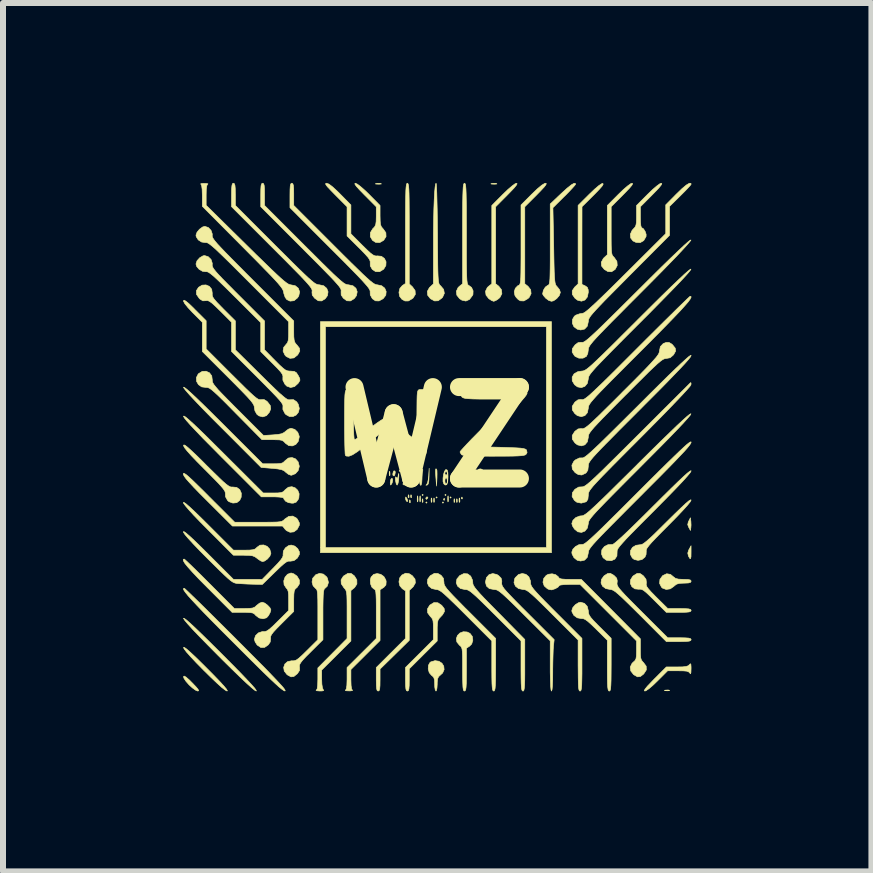
<source format=kicad_pcb>
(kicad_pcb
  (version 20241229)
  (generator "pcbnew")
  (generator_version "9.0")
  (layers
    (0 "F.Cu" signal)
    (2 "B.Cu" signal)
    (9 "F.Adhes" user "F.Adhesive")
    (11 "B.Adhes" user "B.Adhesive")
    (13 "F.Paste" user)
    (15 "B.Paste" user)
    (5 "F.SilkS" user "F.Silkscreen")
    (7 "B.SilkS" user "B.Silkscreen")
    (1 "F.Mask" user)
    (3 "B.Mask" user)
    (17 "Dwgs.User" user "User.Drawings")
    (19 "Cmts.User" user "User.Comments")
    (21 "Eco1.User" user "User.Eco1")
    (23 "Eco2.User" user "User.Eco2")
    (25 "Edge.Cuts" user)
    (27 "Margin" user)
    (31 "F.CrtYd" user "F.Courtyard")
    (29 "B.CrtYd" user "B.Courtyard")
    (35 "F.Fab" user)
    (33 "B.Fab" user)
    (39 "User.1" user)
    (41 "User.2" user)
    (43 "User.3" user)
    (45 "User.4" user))
  (footprint "WZ"
    (layer "F.Cu")
    (at 4.239 4.238)
    (property "Reference" "WZ" (at 0 0 0) (layer "F.SilkS") (effects (font (size 1.524 1.524) (thickness 0.3))))
    (attr through_hole)
    (fp_poly (pts (xy -0.614 0.561) (xy -0.624 0.572) (xy -0.635 0.561) (xy -0.624 0.55) (xy -0.614 0.561)) (stroke (width 0.01) (type solid)) (fill yes) (layer "F.SilkS"))
    (fp_poly (pts (xy -0.233 0.963) (xy -0.243 0.974) (xy -0.254 0.963) (xy -0.243 0.953) (xy -0.233 0.963)) (stroke (width 0.01) (type solid)) (fill yes) (layer "F.SilkS"))
    (fp_poly (pts (xy -0.169 1.09) (xy -0.18 1.101) (xy -0.191 1.09) (xy -0.18 1.079) (xy -0.169 1.09)) (stroke (width 0.01) (type solid)) (fill yes) (layer "F.SilkS"))
    (fp_poly (pts (xy 0 1.005) (xy -0.011 1.016) (xy -0.021 1.005) (xy -0.011 0.995) (xy 0 1.005)) (stroke (width 0.01) (type solid)) (fill yes) (layer "F.SilkS"))
    (fp_poly (pts (xy 0.106 1.09) (xy 0.095 1.101) (xy 0.085 1.09) (xy 0.095 1.079) (xy 0.106 1.09)) (stroke (width 0.01) (type solid)) (fill yes) (layer "F.SilkS"))
    (fp_poly (pts (xy 0.148 0.963) (xy 0.138 0.974) (xy 0.127 0.963) (xy 0.138 0.953) (xy 0.148 0.963)) (stroke (width 0.01) (type solid)) (fill yes) (layer "F.SilkS"))
    (fp_poly (pts (xy 0.233 1.005) (xy 0.222 1.016) (xy 0.212 1.005) (xy 0.222 0.995) (xy 0.233 1.005)) (stroke (width 0.01) (type solid)) (fill yes) (layer "F.SilkS"))
    (fp_poly (pts (xy -0.472 0.97) (xy -0.47 1.003) (xy -0.474 1.01) (xy -0.484 1.004) (xy -0.485 0.982) (xy -0.48 0.96) (xy -0.472 0.97)) (stroke (width 0.01) (type solid)) (fill yes) (layer "F.SilkS"))
    (fp_poly (pts (xy -0.451 1.054) (xy -0.449 1.087) (xy -0.453 1.095) (xy -0.462 1.089) (xy -0.464 1.067) (xy -0.459 1.045) (xy -0.451 1.054)) (stroke (width 0.01) (type solid)) (fill yes) (layer "F.SilkS"))
    (fp_poly (pts (xy -0.43 0.97) (xy -0.428 1.003) (xy -0.432 1.01) (xy -0.441 1.004) (xy -0.443 0.982) (xy -0.438 0.96) (xy -0.43 0.97)) (stroke (width 0.01) (type solid)) (fill yes) (layer "F.SilkS"))
    (fp_poly (pts (xy -0.366 0.707) (xy -0.372 0.716) (xy -0.393 0.718) (xy -0.416 0.713) (xy -0.406 0.705) (xy -0.373 0.703) (xy -0.366 0.707)) (stroke (width 0.01) (type solid)) (fill yes) (layer "F.SilkS"))
    (fp_poly (pts (xy -0.24 1.032) (xy -0.237 1.075) (xy -0.24 1.085) (xy -0.248 1.087) (xy -0.251 1.058) (xy -0.247 1.028) (xy -0.24 1.032)) (stroke (width 0.01) (type solid)) (fill yes) (layer "F.SilkS"))
    (fp_poly (pts (xy 0.12 1.023) (xy 0.122 1.048) (xy 0.12 1.051) (xy 0.107 1.048) (xy 0.106 1.037) (xy 0.114 1.02) (xy 0.12 1.023)) (stroke (width 0.01) (type solid)) (fill yes) (layer "F.SilkS"))
    (fp_poly (pts (xy 0.289 1.032) (xy 0.292 1.075) (xy 0.289 1.085) (xy 0.281 1.087) (xy 0.279 1.058) (xy 0.282 1.028) (xy 0.289 1.032)) (stroke (width 0.01) (type solid)) (fill yes) (layer "F.SilkS"))
    (fp_poly (pts (xy 0.289 0.706) (xy 0.286 0.718) (xy 0.275 0.72) (xy 0.258 0.712) (xy 0.261 0.706) (xy 0.286 0.703) (xy 0.289 0.706)) (stroke (width 0.01) (type solid)) (fill yes) (layer "F.SilkS"))
    (fp_poly (pts (xy 0.332 1.032) (xy 0.334 1.075) (xy 0.332 1.085) (xy 0.324 1.087) (xy 0.321 1.058) (xy 0.324 1.028) (xy 0.332 1.032)) (stroke (width 0.01) (type solid)) (fill yes) (layer "F.SilkS"))
    (fp_poly (pts (xy 0.416 1.002) (xy 0.419 1.027) (xy 0.416 1.03) (xy 0.404 1.027) (xy 0.402 1.016) (xy 0.41 0.999) (xy 0.416 1.002)) (stroke (width 0.01) (type solid)) (fill yes) (layer "F.SilkS"))
    (fp_poly (pts (xy -0.936 -4.227) (xy -0.931 -4.221) (xy -0.962 -4.218) (xy -0.984 -4.218) (xy -1.025 -4.22) (xy -1.031 -4.224) (xy -1.021 -4.227) (xy -0.966 -4.231) (xy -0.936 -4.227)) (stroke (width 0.01) (type solid)) (fill yes) (layer "F.SilkS"))
    (fp_poly (pts (xy -0.791 0.574) (xy -0.79 0.577) (xy -0.787 0.623) (xy -0.79 0.641) (xy -0.797 0.641) (xy -0.8 0.608) (xy -0.8 0.603) (xy -0.797 0.57) (xy -0.791 0.574)) (stroke (width 0.01) (type solid)) (fill yes) (layer "F.SilkS"))
    (fp_poly (pts (xy -0.703 0.567) (xy -0.699 0.59) (xy -0.708 0.631) (xy -0.72 0.646) (xy -0.736 0.639) (xy -0.741 0.616) (xy -0.731 0.575) (xy -0.72 0.561) (xy -0.703 0.567)) (stroke (width 0.01) (type solid)) (fill yes) (layer "F.SilkS"))
    (fp_poly (pts (xy -0.51 1.015) (xy -0.505 1.023) (xy -0.492 1.058) (xy -0.497 1.075) (xy -0.515 1.065) (xy -0.527 1.034) (xy -0.529 1.018) (xy -0.525 0.998) (xy -0.51 1.015)) (stroke (width 0.01) (type solid)) (fill yes) (layer "F.SilkS"))
    (fp_poly (pts (xy -0.324 0.99) (xy -0.32 1.045) (xy -0.324 1.074) (xy -0.33 1.079) (xy -0.333 1.049) (xy -0.333 1.027) (xy -0.331 0.986) (xy -0.326 0.979) (xy -0.324 0.99)) (stroke (width 0.01) (type solid)) (fill yes) (layer "F.SilkS"))
    (fp_poly (pts (xy -0.281 0.99) (xy -0.278 1.045) (xy -0.282 1.074) (xy -0.288 1.079) (xy -0.291 1.049) (xy -0.291 1.027) (xy -0.289 0.986) (xy -0.284 0.979) (xy -0.281 0.99)) (stroke (width 0.01) (type solid)) (fill yes) (layer "F.SilkS"))
    (fp_poly (pts (xy -0.155 1.008) (xy -0.159 1.016) (xy -0.178 1.036) (xy -0.181 1.037) (xy -0.19 1.021) (xy -0.191 1.016) (xy -0.174 0.996) (xy -0.168 0.995) (xy -0.155 1.008)) (stroke (width 0.01) (type solid)) (fill yes) (layer "F.SilkS"))
    (fp_poly (pts (xy -0.092 1.018) (xy -0.091 1.022) (xy -0.088 1.068) (xy -0.092 1.085) (xy -0.099 1.086) (xy -0.102 1.053) (xy -0.102 1.048) (xy -0.099 1.015) (xy -0.092 1.018)) (stroke (width 0.01) (type solid)) (fill yes) (layer "F.SilkS"))
    (fp_poly (pts (xy -0.05 1.018) (xy -0.049 1.022) (xy -0.046 1.068) (xy -0.05 1.085) (xy -0.057 1.086) (xy -0.059 1.053) (xy -0.059 1.048) (xy -0.056 1.015) (xy -0.05 1.018)) (stroke (width 0.01) (type solid)) (fill yes) (layer "F.SilkS"))
    (fp_poly (pts (xy 0.184 0.99) (xy 0.188 1.045) (xy 0.184 1.074) (xy 0.178 1.079) (xy 0.175 1.049) (xy 0.175 1.027) (xy 0.177 0.986) (xy 0.182 0.979) (xy 0.184 0.99)) (stroke (width 0.01) (type solid)) (fill yes) (layer "F.SilkS"))
    (fp_poly (pts (xy 0.373 1.018) (xy 0.375 1.022) (xy 0.378 1.068) (xy 0.374 1.085) (xy 0.367 1.086) (xy 0.364 1.053) (xy 0.364 1.048) (xy 0.367 1.015) (xy 0.373 1.018)) (stroke (width 0.01) (type solid)) (fill yes) (layer "F.SilkS"))
    (fp_poly (pts (xy 0.99 -4.227) (xy 0.995 -4.221) (xy 0.964 -4.218) (xy 0.942 -4.218) (xy 0.901 -4.22) (xy 0.895 -4.224) (xy 0.905 -4.227) (xy 0.96 -4.231) (xy 0.99 -4.227)) (stroke (width 0.01) (type solid)) (fill yes) (layer "F.SilkS"))
    (fp_poly (pts (xy 3.868 4.219) (xy 3.875 4.225) (xy 3.846 4.228) (xy 3.831 4.228) (xy 3.793 4.226) (xy 3.788 4.221) (xy 3.794 4.219) (xy 3.848 4.215) (xy 3.868 4.219)) (stroke (width 0.01) (type solid)) (fill yes) (layer "F.SilkS"))
    (fp_poly (pts (xy -0.746 0.692) (xy -0.742 0.721) (xy -0.751 0.761) (xy -0.762 0.783) (xy -0.777 0.798) (xy -0.782 0.776) (xy -0.783 0.758) (xy -0.776 0.711) (xy -0.762 0.688) (xy -0.746 0.692)) (stroke (width 0.01) (type solid)) (fill yes) (layer "F.SilkS"))
    (fp_poly (pts (xy -0.01 0.534) (xy -0.004 0.559) (xy -0.003 0.615) (xy -0.004 0.68) (xy -0.011 0.815) (xy -0.022 0.677) (xy -0.028 0.593) (xy -0.028 0.545) (xy -0.022 0.528) (xy -0.01 0.534)) (stroke (width 0.01) (type solid)) (fill yes) (layer "F.SilkS"))
    (fp_poly (pts (xy 4.229 1.403) (xy 4.232 1.465) (xy 4.229 1.508) (xy 4.222 1.556) (xy 4.194 1.505) (xy 4.176 1.459) (xy 4.186 1.414) (xy 4.193 1.4) (xy 4.221 1.344) (xy 4.229 1.403)) (stroke (width 0.01) (type solid)) (fill yes) (layer "F.SilkS"))
    (fp_poly (pts (xy 4.232 1.921) (xy 4.231 1.994) (xy 4.223 2.026) (xy 4.209 2.02) (xy 4.188 1.982) (xy 4.177 1.932) (xy 4.194 1.879) (xy 4.199 1.871) (xy 4.232 1.81) (xy 4.232 1.921)) (stroke (width 0.01) (type solid)) (fill yes) (layer "F.SilkS"))
    (fp_poly (pts (xy -0.136 0.654) (xy -0.14 0.735) (xy -0.15 0.78) (xy -0.168 0.799) (xy -0.169 0.799) (xy -0.188 0.801) (xy -0.176 0.79) (xy -0.161 0.76) (xy -0.148 0.702) (xy -0.142 0.645) (xy -0.134 0.519) (xy -0.136 0.654)) (stroke (width 0.01) (type solid)) (fill yes) (layer "F.SilkS"))
    (fp_poly (pts (xy 1.905 1.926) (xy -1.947 1.926) (xy -1.947 -1.841) (xy -1.863 -1.841) (xy -1.863 1.841) (xy 1.82 1.841) (xy 1.82 -1.841) (xy -1.863 -1.841) (xy -1.947 -1.841) (xy -1.947 -1.926) (xy 1.905 -1.926) (xy 1.905 1.926)) (stroke (width 0.01) (type solid)) (fill yes) (layer "F.SilkS"))
    (fp_poly (pts (xy -4.188 4) (xy -4.136 4.045) (xy -4.086 4.095) (xy -4.022 4.162) (xy -3.987 4.204) (xy -3.977 4.227) (xy -3.991 4.233) (xy -3.991 4.233) (xy -4.027 4.219) (xy -4.08 4.181) (xy -4.136 4.13) (xy -4.189 4.07) (xy -4.222 4.02) (xy -4.23 3.992) (xy -4.218 3.983) (xy -4.188 4)) (stroke (width 0.01) (type solid)) (fill yes) (layer "F.SilkS"))
    (fp_poly (pts (xy -0.241 0.537) (xy -0.241 0.563) (xy -0.249 0.603) (xy -0.253 0.667) (xy -0.254 0.7) (xy -0.258 0.76) (xy -0.268 0.798) (xy -0.275 0.804) (xy -0.287 0.785) (xy -0.295 0.737) (xy -0.296 0.7) (xy -0.299 0.632) (xy -0.305 0.578) (xy -0.309 0.563) (xy -0.308 0.536) (xy -0.275 0.529) (xy -0.241 0.537)) (stroke (width 0.01) (type solid)) (fill yes) (layer "F.SilkS"))
    (fp_poly (pts (xy -0.641 0.609) (xy -0.64 0.651) (xy -0.64 0.656) (xy -0.643 0.719) (xy -0.653 0.77) (xy -0.654 0.771) (xy -0.668 0.799) (xy -0.679 0.788) (xy -0.684 0.775) (xy -0.696 0.722) (xy -0.698 0.691) (xy -0.694 0.662) (xy -0.681 0.672) (xy -0.679 0.676) (xy -0.664 0.687) (xy -0.654 0.662) (xy -0.651 0.644) (xy -0.644 0.607) (xy -0.641 0.609)) (stroke (width 0.01) (type solid)) (fill yes) (layer "F.SilkS"))
    (fp_poly (pts (xy 0.749 0.537) (xy 0.76 0.566) (xy 0.754 0.622) (xy 0.737 0.685) (xy 0.718 0.743) (xy 0.7 0.783) (xy 0.687 0.799) (xy 0.683 0.787) (xy 0.69 0.751) (xy 0.707 0.687) (xy 0.723 0.639) (xy 0.738 0.593) (xy 0.735 0.575) (xy 0.712 0.572) (xy 0.709 0.572) (xy 0.681 0.56) (xy 0.677 0.55) (xy 0.695 0.533) (xy 0.72 0.529) (xy 0.749 0.537)) (stroke (width 0.01) (type solid)) (fill yes) (layer "F.SilkS"))
    (fp_poly (pts (xy -4.178 3.532) (xy -4.116 3.586) (xy -4.028 3.668) (xy -3.913 3.781) (xy -3.842 3.852) (xy -3.716 3.979) (xy -3.62 4.079) (xy -3.553 4.153) (xy -3.513 4.202) (xy -3.498 4.228) (xy -3.504 4.233) (xy -3.533 4.218) (xy -3.59 4.174) (xy -3.67 4.102) (xy -3.772 4.005) (xy -3.892 3.887) (xy -4.015 3.762) (xy -4.112 3.659) (xy -4.181 3.581) (xy -4.22 3.529) (xy -4.23 3.506) (xy -4.216 3.505) (xy -4.178 3.532)) (stroke (width 0.01) (type solid)) (fill yes) (layer "F.SilkS"))
    (fp_poly (pts (xy -0.486 0.531) (xy -0.47 0.542) (xy -0.472 0.571) (xy -0.491 0.626) (xy -0.507 0.671) (xy -0.549 0.78) (xy -0.502 0.789) (xy -0.475 0.796) (xy -0.487 0.8) (xy -0.513 0.801) (xy -0.555 0.797) (xy -0.572 0.785) (xy -0.564 0.755) (xy -0.544 0.702) (xy -0.53 0.669) (xy -0.506 0.611) (xy -0.499 0.582) (xy -0.509 0.573) (xy -0.53 0.572) (xy -0.564 0.562) (xy -0.572 0.55) (xy -0.553 0.534) (xy -0.519 0.529) (xy -0.486 0.531)) (stroke (width 0.01) (type solid)) (fill yes) (layer "F.SilkS"))
    (fp_poly (pts (xy 0.599 0.548) (xy 0.611 0.575) (xy 0.604 0.621) (xy 0.588 0.672) (xy 0.568 0.737) (xy 0.567 0.773) (xy 0.578 0.787) (xy 0.583 0.8) (xy 0.553 0.804) (xy 0.517 0.796) (xy 0.514 0.778) (xy 0.529 0.742) (xy 0.553 0.687) (xy 0.559 0.673) (xy 0.578 0.615) (xy 0.573 0.584) (xy 0.569 0.581) (xy 0.54 0.583) (xy 0.527 0.595) (xy 0.512 0.611) (xy 0.508 0.587) (xy 0.524 0.548) (xy 0.561 0.533) (xy 0.599 0.548)) (stroke (width 0.01) (type solid)) (fill yes) (layer "F.SilkS"))
    (fp_poly (pts (xy 0.028 3.736) (xy 0.079 3.769) (xy 0.109 3.818) (xy 0.115 3.875) (xy 0.09 3.932) (xy 0.056 3.963) (xy 0.023 3.993) (xy 0.006 4.03) (xy 0.000305 4.089) (xy 0 4.119) (xy -0.004 4.182) (xy -0.013 4.224) (xy -0.021 4.233) (xy -0.033 4.214) (xy -0.041 4.165) (xy -0.042 4.119) (xy -0.045 4.049) (xy -0.057 4.007) (xy -0.083 3.979) (xy -0.095 3.971) (xy -0.133 3.926) (xy -0.15 3.865) (xy -0.146 3.803) (xy -0.12 3.756) (xy -0.107 3.747) (xy -0.036 3.726) (xy 0.028 3.736)) (stroke (width 0.01) (type solid)) (fill yes) (layer "F.SilkS"))
    (fp_poly (pts (xy 3.889 2.288) (xy 3.94 2.33) (xy 3.972 2.354) (xy 4.022 2.367) (xy 4.101 2.371) (xy 4.104 2.371) (xy 4.179 2.373) (xy 4.219 2.381) (xy 4.233 2.398) (xy 4.233 2.402) (xy 4.223 2.421) (xy 4.187 2.431) (xy 4.117 2.434) (xy 4.114 2.434) (xy 4.039 2.437) (xy 3.991 2.451) (xy 3.954 2.478) (xy 3.946 2.487) (xy 3.885 2.529) (xy 3.817 2.539) (xy 3.755 2.516) (xy 3.739 2.501) (xy 3.707 2.438) (xy 3.713 2.371) (xy 3.756 2.312) (xy 3.76 2.308) (xy 3.826 2.277) (xy 3.889 2.288)) (stroke (width 0.01) (type solid)) (fill yes) (layer "F.SilkS"))
    (fp_poly (pts (xy -4.216 3.022) (xy -4.176 3.052) (xy -4.11 3.11) (xy -4.017 3.197) (xy -3.898 3.312) (xy -3.75 3.458) (xy -3.598 3.609) (xy -3.429 3.779) (xy -3.289 3.921) (xy -3.179 4.036) (xy -3.097 4.124) (xy -3.043 4.185) (xy -3.017 4.222) (xy -3.017 4.233) (xy -3.044 4.218) (xy -3.099 4.173) (xy -3.181 4.099) (xy -3.289 3.997) (xy -3.422 3.868) (xy -3.579 3.713) (xy -3.648 3.644) (xy -3.817 3.473) (xy -3.958 3.329) (xy -4.07 3.212) (xy -4.153 3.121) (xy -4.206 3.058) (xy -4.229 3.024) (xy -4.23 3.019) (xy -4.216 3.022)) (stroke (width 0.01) (type solid)) (fill yes) (layer "F.SilkS"))
    (fp_poly (pts (xy 2.767 -4.218) (xy 2.75 -4.187) (xy 2.705 -4.135) (xy 2.631 -4.058) (xy 2.605 -4.032) (xy 2.414 -3.842) (xy 2.413 -3.194) (xy 2.413 -2.547) (xy 2.466 -2.523) (xy 2.502 -2.498) (xy 2.517 -2.458) (xy 2.519 -2.415) (xy 2.503 -2.337) (xy 2.462 -2.286) (xy 2.405 -2.267) (xy 2.34 -2.283) (xy 2.296 -2.317) (xy 2.252 -2.38) (xy 2.251 -2.441) (xy 2.292 -2.502) (xy 2.297 -2.506) (xy 2.349 -2.555) (xy 2.349 -3.864) (xy 2.537 -4.051) (xy 2.626 -4.136) (xy 2.696 -4.195) (xy 2.744 -4.226) (xy 2.761 -4.23) (xy 2.767 -4.218)) (stroke (width 0.01) (type solid)) (fill yes) (layer "F.SilkS"))
    (fp_poly (pts (xy 1.332 -4.225) (xy 1.318 -4.199) (xy 1.279 -4.151) (xy 1.211 -4.08) (xy 1.169 -4.037) (xy 0.974 -3.841) (xy 0.974 -2.557) (xy 1.027 -2.515) (xy 1.071 -2.458) (xy 1.078 -2.392) (xy 1.046 -2.33) (xy 1.024 -2.309) (xy 0.978 -2.278) (xy 0.943 -2.265) (xy 0.942 -2.265) (xy 0.908 -2.277) (xy 0.863 -2.307) (xy 0.86 -2.309) (xy 0.814 -2.367) (xy 0.805 -2.432) (xy 0.835 -2.494) (xy 0.857 -2.515) (xy 0.91 -2.557) (xy 0.91 -3.862) (xy 1.095 -4.048) (xy 1.177 -4.127) (xy 1.247 -4.187) (xy 1.298 -4.224) (xy 1.322 -4.233) (xy 1.332 -4.225)) (stroke (width 0.01) (type solid)) (fill yes) (layer "F.SilkS"))
    (fp_poly (pts (xy 4.229 3.788) (xy 4.232 3.831) (xy 4.232 3.863) (xy 4.23 3.923) (xy 4.224 3.945) (xy 4.212 3.934) (xy 4.21 3.932) (xy 4.192 3.913) (xy 4.158 3.901) (xy 4.1 3.896) (xy 4.015 3.895) (xy 3.841 3.895) (xy 3.672 4.064) (xy 3.595 4.138) (xy 3.529 4.194) (xy 3.48 4.227) (xy 3.462 4.233) (xy 3.452 4.225) (xy 3.466 4.199) (xy 3.505 4.151) (xy 3.573 4.08) (xy 3.619 4.032) (xy 3.82 3.831) (xy 3.998 3.831) (xy 4.09 3.83) (xy 4.149 3.823) (xy 4.185 3.811) (xy 4.204 3.794) (xy 4.22 3.777) (xy 4.229 3.788)) (stroke (width 0.01) (type solid)) (fill yes) (layer "F.SilkS"))
    (fp_poly (pts (xy -0.468 2.276) (xy -0.416 2.309) (xy -0.37 2.366) (xy -0.364 2.43) (xy -0.4 2.493) (xy -0.413 2.506) (xy -0.466 2.555) (xy -0.466 3.388) (xy -0.709 3.627) (xy -0.953 3.866) (xy -0.953 4.05) (xy -0.954 4.141) (xy -0.959 4.197) (xy -0.968 4.225) (xy -0.984 4.233) (xy -0.984 4.233) (xy -1 4.226) (xy -1.009 4.199) (xy -1.014 4.146) (xy -1.016 4.059) (xy -1.016 4.037) (xy -1.016 3.841) (xy -0.773 3.598) (xy -0.529 3.356) (xy -0.529 2.562) (xy -0.582 2.527) (xy -0.623 2.478) (xy -0.638 2.413) (xy -0.626 2.347) (xy -0.588 2.298) (xy -0.526 2.268) (xy -0.468 2.276)) (stroke (width 0.01) (type solid)) (fill yes) (layer "F.SilkS"))
    (fp_poly (pts (xy 0.498 3.248) (xy 0.546 3.271) (xy 0.585 3.322) (xy 0.594 3.386) (xy 0.575 3.448) (xy 0.54 3.484) (xy 0.487 3.519) (xy 0.487 3.876) (xy 0.486 4.009) (xy 0.485 4.105) (xy 0.481 4.17) (xy 0.475 4.209) (xy 0.466 4.228) (xy 0.455 4.233) (xy 0.443 4.228) (xy 0.435 4.208) (xy 0.429 4.168) (xy 0.426 4.102) (xy 0.424 4.004) (xy 0.423 3.871) (xy 0.423 3.74) (xy 0.422 3.644) (xy 0.419 3.577) (xy 0.414 3.533) (xy 0.405 3.505) (xy 0.392 3.486) (xy 0.373 3.47) (xy 0.37 3.468) (xy 0.327 3.414) (xy 0.319 3.358) (xy 0.338 3.306) (xy 0.379 3.265) (xy 0.434 3.244) (xy 0.498 3.248)) (stroke (width 0.01) (type solid)) (fill yes) (layer "F.SilkS"))
    (fp_poly (pts (xy 3.258 -4.225) (xy 3.245 -4.199) (xy 3.205 -4.151) (xy 3.137 -4.08) (xy 3.095 -4.037) (xy 2.9 -3.841) (xy 2.9 -3.442) (xy 2.9 -3.302) (xy 2.901 -3.199) (xy 2.903 -3.126) (xy 2.908 -3.076) (xy 2.915 -3.043) (xy 2.927 -3.021) (xy 2.943 -3.003) (xy 2.953 -2.993) (xy 2.996 -2.93) (xy 3.001 -2.862) (xy 2.967 -2.798) (xy 2.963 -2.794) (xy 2.906 -2.757) (xy 2.845 -2.761) (xy 2.786 -2.796) (xy 2.74 -2.853) (xy 2.735 -2.916) (xy 2.77 -2.98) (xy 2.783 -2.993) (xy 2.836 -3.042) (xy 2.836 -3.862) (xy 3.021 -4.048) (xy 3.103 -4.127) (xy 3.173 -4.187) (xy 3.224 -4.224) (xy 3.248 -4.233) (xy 3.258 -4.225)) (stroke (width 0.01) (type solid)) (fill yes) (layer "F.SilkS"))
    (fp_poly (pts (xy -1.331 -4.218) (xy -1.276 -4.176) (xy -1.203 -4.112) (xy -1.137 -4.048) (xy -0.953 -3.862) (xy -0.953 -3.692) (xy -0.951 -3.604) (xy -0.946 -3.548) (xy -0.933 -3.511) (xy -0.911 -3.482) (xy -0.9 -3.471) (xy -0.856 -3.408) (xy -0.853 -3.344) (xy -0.891 -3.284) (xy -0.893 -3.282) (xy -0.958 -3.244) (xy -1.026 -3.247) (xy -1.079 -3.281) (xy -1.116 -3.343) (xy -1.114 -3.411) (xy -1.074 -3.476) (xy -1.069 -3.48) (xy -1.041 -3.51) (xy -1.025 -3.545) (xy -1.018 -3.597) (xy -1.016 -3.677) (xy -1.016 -3.685) (xy -1.016 -3.841) (xy -1.211 -4.037) (xy -1.293 -4.121) (xy -1.346 -4.179) (xy -1.371 -4.215) (xy -1.372 -4.232) (xy -1.364 -4.233) (xy -1.331 -4.218)) (stroke (width 0.01) (type solid)) (fill yes) (layer "F.SilkS"))
    (fp_poly (pts (xy 3.745 -4.225) (xy 3.731 -4.199) (xy 3.692 -4.151) (xy 3.624 -4.08) (xy 3.582 -4.037) (xy 3.387 -3.841) (xy 3.387 -3.667) (xy 3.389 -3.584) (xy 3.395 -3.523) (xy 3.405 -3.494) (xy 3.407 -3.493) (xy 3.438 -3.474) (xy 3.466 -3.431) (xy 3.483 -3.381) (xy 3.482 -3.345) (xy 3.443 -3.277) (xy 3.384 -3.243) (xy 3.314 -3.247) (xy 3.264 -3.271) (xy 3.225 -3.321) (xy 3.22 -3.384) (xy 3.249 -3.448) (xy 3.27 -3.471) (xy 3.297 -3.5) (xy 3.313 -3.533) (xy 3.321 -3.581) (xy 3.323 -3.656) (xy 3.323 -3.692) (xy 3.323 -3.862) (xy 3.508 -4.048) (xy 3.59 -4.127) (xy 3.66 -4.187) (xy 3.711 -4.224) (xy 3.735 -4.233) (xy 3.745 -4.225)) (stroke (width 0.01) (type solid)) (fill yes) (layer "F.SilkS"))
    (fp_poly (pts (xy -0.489 -4.229) (xy -0.483 -4.214) (xy -0.477 -4.184) (xy -0.473 -4.135) (xy -0.47 -4.065) (xy -0.468 -3.968) (xy -0.467 -3.842) (xy -0.466 -3.682) (xy -0.466 -3.486) (xy -0.466 -3.394) (xy -0.466 -2.555) (xy -0.413 -2.506) (xy -0.369 -2.444) (xy -0.365 -2.38) (xy -0.402 -2.32) (xy -0.416 -2.309) (xy -0.48 -2.271) (xy -0.538 -2.271) (xy -0.588 -2.298) (xy -0.627 -2.348) (xy -0.638 -2.414) (xy -0.623 -2.479) (xy -0.582 -2.527) (xy -0.529 -2.562) (xy -0.529 -3.398) (xy -0.529 -3.61) (xy -0.528 -3.784) (xy -0.527 -3.923) (xy -0.525 -4.03) (xy -0.523 -4.111) (xy -0.519 -4.167) (xy -0.514 -4.204) (xy -0.508 -4.225) (xy -0.501 -4.233) (xy -0.497 -4.233) (xy -0.489 -4.229)) (stroke (width 0.01) (type solid)) (fill yes) (layer "F.SilkS"))
    (fp_poly (pts (xy 0.167 0.55) (xy 0.177 0.585) (xy 0.18 0.654) (xy 0.18 0.665) (xy 0.175 0.748) (xy 0.159 0.793) (xy 0.133 0.798) (xy 0.11 0.778) (xy 0.097 0.74) (xy 0.097 0.73) (xy 0.127 0.73) (xy 0.134 0.77) (xy 0.148 0.783) (xy 0.164 0.765) (xy 0.169 0.73) (xy 0.162 0.69) (xy 0.148 0.677) (xy 0.132 0.695) (xy 0.127 0.73) (xy 0.097 0.73) (xy 0.097 0.683) (xy 0.105 0.622) (xy 0.111 0.603) (xy 0.127 0.603) (xy 0.138 0.631) (xy 0.148 0.635) (xy 0.167 0.618) (xy 0.169 0.603) (xy 0.158 0.575) (xy 0.148 0.572) (xy 0.129 0.589) (xy 0.127 0.603) (xy 0.111 0.603) (xy 0.121 0.57) (xy 0.142 0.541) (xy 0.148 0.54) (xy 0.167 0.55)) (stroke (width 0.01) (type solid)) (fill yes) (layer "F.SilkS"))
    (fp_poly (pts (xy 0.426 0.558) (xy 0.444 0.616) (xy 0.448 0.645) (xy 0.452 0.729) (xy 0.437 0.783) (xy 0.404 0.804) (xy 0.402 0.804) (xy 0.376 0.79) (xy 0.364 0.777) (xy 0.351 0.74) (xy 0.351 0.73) (xy 0.381 0.73) (xy 0.388 0.77) (xy 0.402 0.783) (xy 0.418 0.765) (xy 0.423 0.73) (xy 0.416 0.69) (xy 0.402 0.677) (xy 0.386 0.695) (xy 0.381 0.73) (xy 0.351 0.73) (xy 0.351 0.683) (xy 0.359 0.622) (xy 0.365 0.603) (xy 0.381 0.603) (xy 0.392 0.631) (xy 0.402 0.635) (xy 0.421 0.618) (xy 0.423 0.603) (xy 0.412 0.575) (xy 0.402 0.572) (xy 0.383 0.589) (xy 0.381 0.603) (xy 0.365 0.603) (xy 0.375 0.57) (xy 0.396 0.541) (xy 0.402 0.54) (xy 0.426 0.558)) (stroke (width 0.01) (type solid)) (fill yes) (layer "F.SilkS"))
    (fp_poly (pts (xy 1.819 -4.228) (xy 1.812 -4.208) (xy 1.783 -4.17) (xy 1.728 -4.111) (xy 1.656 -4.037) (xy 1.46 -3.841) (xy 1.46 -2.557) (xy 1.513 -2.515) (xy 1.558 -2.458) (xy 1.565 -2.392) (xy 1.533 -2.33) (xy 1.511 -2.309) (xy 1.445 -2.271) (xy 1.387 -2.273) (xy 1.353 -2.292) (xy 1.316 -2.331) (xy 1.295 -2.364) (xy 1.284 -2.423) (xy 1.302 -2.482) (xy 1.343 -2.524) (xy 1.358 -2.53) (xy 1.369 -2.536) (xy 1.377 -2.548) (xy 1.384 -2.57) (xy 1.389 -2.608) (xy 1.393 -2.665) (xy 1.395 -2.746) (xy 1.396 -2.856) (xy 1.397 -2.998) (xy 1.397 -3.178) (xy 1.397 -3.206) (xy 1.397 -3.87) (xy 1.578 -4.052) (xy 1.67 -4.14) (xy 1.742 -4.2) (xy 1.792 -4.23) (xy 1.805 -4.233) (xy 1.819 -4.228)) (stroke (width 0.01) (type solid)) (fill yes) (layer "F.SilkS"))
    (fp_poly (pts (xy -4.214 0.606) (xy -4.185 0.625) (xy -4.14 0.663) (xy -4.076 0.722) (xy -3.99 0.806) (xy -3.878 0.916) (xy -3.805 0.99) (xy -3.376 1.418) (xy -2.983 1.418) (xy -2.845 1.418) (xy -2.743 1.417) (xy -2.67 1.415) (xy -2.621 1.41) (xy -2.589 1.402) (xy -2.567 1.39) (xy -2.548 1.374) (xy -2.54 1.365) (xy -2.475 1.321) (xy -2.408 1.316) (xy -2.346 1.35) (xy -2.329 1.369) (xy -2.298 1.431) (xy -2.299 1.469) (xy -2.336 1.539) (xy -2.391 1.579) (xy -2.453 1.586) (xy -2.513 1.558) (xy -2.536 1.535) (xy -2.578 1.482) (xy -3.414 1.482) (xy -3.823 1.074) (xy -3.953 0.944) (xy -4.055 0.839) (xy -4.131 0.757) (xy -4.185 0.696) (xy -4.217 0.652) (xy -4.232 0.623) (xy -4.233 0.614) (xy -4.229 0.603) (xy -4.214 0.606)) (stroke (width 0.01) (type solid)) (fill yes) (layer "F.SilkS"))
    (fp_poly (pts (xy -4.187 1.112) (xy -4.127 1.164) (xy -4.041 1.244) (xy -3.929 1.353) (xy -3.815 1.466) (xy -3.397 1.884) (xy -3.221 1.884) (xy -3.131 1.883) (xy -3.074 1.877) (xy -3.038 1.866) (xy -3.013 1.846) (xy -3.008 1.839) (xy -2.955 1.801) (xy -2.894 1.797) (xy -2.836 1.82) (xy -2.792 1.867) (xy -2.773 1.933) (xy -2.773 1.938) (xy -2.79 1.984) (xy -2.831 2.032) (xy -2.88 2.066) (xy -2.912 2.074) (xy -2.944 2.062) (xy -2.991 2.03) (xy -3.002 2.021) (xy -3.039 1.994) (xy -3.08 1.978) (xy -3.135 1.971) (xy -3.219 1.969) (xy -3.231 1.968) (xy -3.398 1.968) (xy -3.815 1.55) (xy -3.947 1.417) (xy -4.057 1.303) (xy -4.141 1.211) (xy -4.199 1.143) (xy -4.229 1.101) (xy -4.233 1.09) (xy -4.222 1.088) (xy -4.187 1.112)) (stroke (width 0.01) (type solid)) (fill yes) (layer "F.SilkS"))
    (fp_poly (pts (xy -1.805 -4.219) (xy -1.746 -4.174) (xy -1.663 -4.098) (xy -1.617 -4.052) (xy -1.439 -3.871) (xy -1.439 -3.39) (xy -1.251 -3.201) (xy -1.17 -3.122) (xy -1.113 -3.069) (xy -1.071 -3.038) (xy -1.039 -3.023) (xy -1.01 -3.02) (xy -0.999 -3.022) (xy -0.93 -3.015) (xy -0.88 -2.979) (xy -0.853 -2.924) (xy -0.856 -2.861) (xy -0.892 -2.801) (xy -0.896 -2.798) (xy -0.961 -2.758) (xy -1.027 -2.76) (xy -1.082 -2.796) (xy -1.116 -2.855) (xy -1.117 -2.901) (xy -1.117 -2.929) (xy -1.128 -2.96) (xy -1.154 -2.998) (xy -1.201 -3.051) (xy -1.272 -3.125) (xy -1.306 -3.158) (xy -1.503 -3.354) (xy -1.503 -3.841) (xy -1.698 -4.037) (xy -1.777 -4.118) (xy -1.829 -4.173) (xy -1.856 -4.208) (xy -1.861 -4.227) (xy -1.849 -4.233) (xy -1.844 -4.233) (xy -1.805 -4.219)) (stroke (width 0.01) (type solid)) (fill yes) (layer "F.SilkS"))
    (fp_poly (pts (xy 0.011 2.761) (xy 0.075 2.804) (xy 0.116 2.857) (xy 0.121 2.906) (xy 0.09 2.96) (xy 0.064 2.988) (xy 0.032 3.022) (xy 0.013 3.055) (xy 0.004 3.098) (xy 0.000333 3.164) (xy 0 3.225) (xy 0 3.398) (xy -0.233 3.63) (xy -0.466 3.862) (xy -0.466 4.048) (xy -0.467 4.139) (xy -0.472 4.196) (xy -0.481 4.225) (xy -0.496 4.233) (xy -0.497 4.233) (xy -0.513 4.226) (xy -0.522 4.199) (xy -0.527 4.146) (xy -0.529 4.059) (xy -0.529 4.037) (xy -0.529 3.84) (xy -0.296 3.608) (xy -0.064 3.376) (xy -0.064 3.205) (xy -0.065 3.118) (xy -0.07 3.063) (xy -0.082 3.027) (xy -0.104 3) (xy -0.116 2.988) (xy -0.16 2.928) (xy -0.163 2.864) (xy -0.125 2.802) (xy -0.12 2.798) (xy -0.055 2.758) (xy 0.011 2.761)) (stroke (width 0.01) (type solid)) (fill yes) (layer "F.SilkS"))
    (fp_poly (pts (xy 3.431 2.307) (xy 3.443 2.319) (xy 3.481 2.37) (xy 3.487 2.421) (xy 3.486 2.432) (xy 3.484 2.46) (xy 3.493 2.49) (xy 3.519 2.527) (xy 3.565 2.579) (xy 3.636 2.652) (xy 3.658 2.674) (xy 3.843 2.857) (xy 4.038 2.857) (xy 4.132 2.859) (xy 4.191 2.863) (xy 4.223 2.872) (xy 4.233 2.886) (xy 4.233 2.889) (xy 4.226 2.904) (xy 4.2 2.914) (xy 4.148 2.919) (xy 4.064 2.921) (xy 4.027 2.921) (xy 3.82 2.921) (xy 3.623 2.724) (xy 3.541 2.643) (xy 3.482 2.588) (xy 3.44 2.554) (xy 3.407 2.538) (xy 3.379 2.534) (xy 3.364 2.536) (xy 3.295 2.529) (xy 3.246 2.494) (xy 3.22 2.44) (xy 3.223 2.379) (xy 3.259 2.321) (xy 3.273 2.309) (xy 3.331 2.273) (xy 3.379 2.272) (xy 3.431 2.307)) (stroke (width 0.01) (type solid)) (fill yes) (layer "F.SilkS"))
    (fp_poly (pts (xy 4.233 1.048) (xy 4.218 1.078) (xy 4.173 1.134) (xy 4.101 1.214) (xy 4.003 1.318) (xy 3.881 1.442) (xy 3.853 1.47) (xy 3.734 1.59) (xy 3.643 1.683) (xy 3.575 1.755) (xy 3.529 1.808) (xy 3.5 1.847) (xy 3.486 1.874) (xy 3.484 1.895) (xy 3.485 1.899) (xy 3.482 1.957) (xy 3.463 2) (xy 3.413 2.041) (xy 3.348 2.054) (xy 3.284 2.039) (xy 3.252 2.014) (xy 3.22 1.953) (xy 3.223 1.891) (xy 3.256 1.837) (xy 3.314 1.803) (xy 3.371 1.795) (xy 3.394 1.793) (xy 3.42 1.785) (xy 3.451 1.765) (xy 3.493 1.732) (xy 3.55 1.682) (xy 3.624 1.612) (xy 3.72 1.517) (xy 3.836 1.402) (xy 3.967 1.273) (xy 4.07 1.174) (xy 4.146 1.103) (xy 4.198 1.06) (xy 4.227 1.044) (xy 4.233 1.048)) (stroke (width 0.01) (type solid)) (fill yes) (layer "F.SilkS"))
    (fp_poly (pts (xy -4.215 -0.829) (xy -4.173 -0.797) (xy -4.104 -0.736) (xy -4.008 -0.646) (xy -3.884 -0.526) (xy -3.732 -0.376) (xy -3.567 -0.212) (xy -2.91 0.444) (xy -2.744 0.444) (xy -2.659 0.443) (xy -2.605 0.438) (xy -2.571 0.425) (xy -2.546 0.403) (xy -2.536 0.392) (xy -2.481 0.348) (xy -2.42 0.34) (xy -2.362 0.362) (xy -2.319 0.411) (xy -2.3 0.482) (xy -2.3 0.49) (xy -2.318 0.557) (xy -2.364 0.609) (xy -2.426 0.634) (xy -2.438 0.635) (xy -2.48 0.62) (xy -2.525 0.585) (xy -2.555 0.559) (xy -2.595 0.542) (xy -2.656 0.53) (xy -2.747 0.52) (xy -2.753 0.52) (xy -2.935 0.505) (xy -3.586 -0.147) (xy -3.763 -0.324) (xy -3.912 -0.476) (xy -4.033 -0.603) (xy -4.126 -0.702) (xy -4.19 -0.775) (xy -4.224 -0.819) (xy -4.23 -0.833) (xy -4.215 -0.829)) (stroke (width 0.01) (type solid)) (fill yes) (layer "F.SilkS"))
    (fp_poly (pts (xy -4.197 0.14) (xy -4.157 0.172) (xy -4.097 0.226) (xy -4.014 0.304) (xy -3.906 0.41) (xy -3.849 0.468) (xy -3.732 0.583) (xy -3.641 0.672) (xy -3.572 0.738) (xy -3.52 0.783) (xy -3.482 0.811) (xy -3.454 0.827) (xy -3.43 0.832) (xy -3.412 0.831) (xy -3.343 0.838) (xy -3.292 0.875) (xy -3.266 0.933) (xy -3.268 1.001) (xy -3.293 1.054) (xy -3.342 1.092) (xy -3.406 1.099) (xy -3.471 1.076) (xy -3.494 1.057) (xy -3.529 0.994) (xy -3.531 0.95) (xy -3.532 0.928) (xy -3.54 0.902) (xy -3.56 0.87) (xy -3.595 0.827) (xy -3.648 0.768) (xy -3.723 0.691) (xy -3.823 0.59) (xy -3.881 0.532) (xy -4.005 0.407) (xy -4.1 0.308) (xy -4.167 0.233) (xy -4.209 0.18) (xy -4.228 0.146) (xy -4.23 0.136) (xy -4.221 0.129) (xy -4.197 0.14)) (stroke (width 0.01) (type solid)) (fill yes) (layer "F.SilkS"))
    (fp_poly (pts (xy -4.2 2.533) (xy -4.155 2.575) (xy -4.086 2.642) (xy -3.995 2.73) (xy -3.885 2.838) (xy -3.759 2.963) (xy -3.619 3.102) (xy -3.468 3.252) (xy -3.344 3.376) (xy -3.158 3.563) (xy -2.999 3.723) (xy -2.867 3.856) (xy -2.761 3.966) (xy -2.677 4.054) (xy -2.614 4.122) (xy -2.57 4.171) (xy -2.544 4.205) (xy -2.534 4.224) (xy -2.538 4.232) (xy -2.54 4.232) (xy -2.559 4.224) (xy -2.592 4.201) (xy -2.64 4.162) (xy -2.705 4.103) (xy -2.79 4.023) (xy -2.896 3.921) (xy -3.025 3.794) (xy -3.179 3.641) (xy -3.36 3.46) (xy -3.413 3.407) (xy -3.602 3.218) (xy -3.762 3.056) (xy -3.895 2.92) (xy -4.003 2.807) (xy -4.088 2.716) (xy -4.152 2.645) (xy -4.195 2.592) (xy -4.221 2.555) (xy -4.231 2.532) (xy -4.227 2.521) (xy -4.217 2.519) (xy -4.2 2.533)) (stroke (width 0.01) (type solid)) (fill yes) (layer "F.SilkS"))
    (fp_poly (pts (xy -1.434 2.273) (xy -1.381 2.313) (xy -1.38 2.314) (xy -1.34 2.38) (xy -1.339 2.448) (xy -1.377 2.507) (xy -1.386 2.515) (xy -1.439 2.557) (xy -1.439 3.398) (xy -1.683 3.641) (xy -1.926 3.883) (xy -1.926 4.033) (xy -1.923 4.118) (xy -1.913 4.181) (xy -1.901 4.208) (xy -1.893 4.224) (xy -1.918 4.231) (xy -1.959 4.232) (xy -2.005 4.228) (xy -2.02 4.222) (xy -2.016 4.219) (xy -2.001 4.195) (xy -1.993 4.134) (xy -1.99 4.035) (xy -1.99 4.028) (xy -1.99 3.848) (xy -1.503 3.357) (xy -1.503 2.96) (xy -1.503 2.821) (xy -1.504 2.718) (xy -1.506 2.645) (xy -1.511 2.595) (xy -1.519 2.562) (xy -1.53 2.539) (xy -1.547 2.52) (xy -1.556 2.51) (xy -1.6 2.444) (xy -1.603 2.379) (xy -1.566 2.32) (xy -1.553 2.309) (xy -1.489 2.271) (xy -1.434 2.273)) (stroke (width 0.01) (type solid)) (fill yes) (layer "F.SilkS"))
    (fp_poly (pts (xy -0.015 -4.213) (xy -0.011 -4.155) (xy -0.007 -4.063) (xy -0.004 -3.943) (xy -0.00042 -3.798) (xy 0.002 -3.634) (xy 0.004 -3.454) (xy 0.005 -3.396) (xy 0.006 -3.186) (xy 0.008 -3.014) (xy 0.009 -2.876) (xy 0.011 -2.769) (xy 0.014 -2.688) (xy 0.018 -2.628) (xy 0.023 -2.587) (xy 0.029 -2.56) (xy 0.037 -2.543) (xy 0.047 -2.531) (xy 0.057 -2.523) (xy 0.107 -2.463) (xy 0.119 -2.398) (xy 0.09 -2.333) (xy 0.077 -2.319) (xy 0.016 -2.274) (xy -0.045 -2.271) (xy -0.111 -2.307) (xy -0.114 -2.309) (xy -0.159 -2.366) (xy -0.165 -2.43) (xy -0.13 -2.493) (xy -0.116 -2.506) (xy -0.064 -2.555) (xy -0.063 -3.156) (xy -0.063 -3.398) (xy -0.06 -3.614) (xy -0.056 -3.801) (xy -0.05 -3.958) (xy -0.043 -4.083) (xy -0.035 -4.171) (xy -0.026 -4.222) (xy -0.019 -4.233) (xy -0.015 -4.213)) (stroke (width 0.01) (type solid)) (fill yes) (layer "F.SilkS"))
    (fp_poly (pts (xy -4.201 2.046) (xy -4.157 2.087) (xy -4.091 2.15) (xy -4.007 2.232) (xy -3.91 2.328) (xy -3.803 2.435) (xy -3.793 2.445) (xy -3.382 2.857) (xy -3.22 2.857) (xy -3.135 2.855) (xy -3.08 2.849) (xy -3.044 2.835) (xy -3.014 2.809) (xy -3.009 2.804) (xy -2.963 2.768) (xy -2.92 2.752) (xy -2.918 2.752) (xy -2.876 2.766) (xy -2.829 2.801) (xy -2.789 2.843) (xy -2.773 2.879) (xy -2.785 2.923) (xy -2.813 2.975) (xy -2.844 3.01) (xy -2.845 3.011) (xy -2.904 3.028) (xy -2.97 3.014) (xy -3.023 2.974) (xy -3.047 2.948) (xy -3.075 2.932) (xy -3.118 2.924) (xy -3.187 2.921) (xy -3.242 2.921) (xy -3.419 2.921) (xy -3.826 2.513) (xy -3.965 2.373) (xy -4.073 2.259) (xy -4.153 2.17) (xy -4.206 2.105) (xy -4.232 2.061) (xy -4.234 2.038) (xy -4.219 2.032) (xy -4.201 2.046)) (stroke (width 0.01) (type solid)) (fill yes) (layer "F.SilkS"))
    (fp_poly (pts (xy 2.455 2.771) (xy 2.501 2.821) (xy 2.519 2.893) (xy 2.519 2.896) (xy 2.522 2.932) (xy 2.533 2.965) (xy 2.558 3.004) (xy 2.602 3.055) (xy 2.669 3.124) (xy 2.709 3.164) (xy 2.9 3.354) (xy 2.9 3.794) (xy 2.899 3.943) (xy 2.898 4.055) (xy 2.895 4.134) (xy 2.891 4.187) (xy 2.885 4.218) (xy 2.876 4.231) (xy 2.868 4.233) (xy 2.857 4.228) (xy 2.849 4.209) (xy 2.843 4.171) (xy 2.839 4.11) (xy 2.837 4.018) (xy 2.836 3.893) (xy 2.836 3.809) (xy 2.836 3.386) (xy 2.651 3.202) (xy 2.57 3.124) (xy 2.511 3.071) (xy 2.468 3.04) (xy 2.435 3.026) (xy 2.403 3.024) (xy 2.402 3.024) (xy 2.335 3.012) (xy 2.279 2.972) (xy 2.247 2.914) (xy 2.244 2.89) (xy 2.261 2.841) (xy 2.304 2.792) (xy 2.358 2.759) (xy 2.39 2.752) (xy 2.455 2.771)) (stroke (width 0.01) (type solid)) (fill yes) (layer "F.SilkS"))
    (fp_poly (pts (xy -0.941 2.287) (xy -0.889 2.324) (xy -0.856 2.382) (xy -0.851 2.408) (xy -0.855 2.464) (xy -0.89 2.504) (xy -0.898 2.509) (xy -0.953 2.545) (xy -0.953 3.39) (xy -1.196 3.632) (xy -1.439 3.874) (xy -1.439 4.042) (xy -1.436 4.14) (xy -1.427 4.199) (xy -1.413 4.219) (xy -1.414 4.226) (xy -1.449 4.23) (xy -1.471 4.23) (xy -1.517 4.228) (xy -1.533 4.222) (xy -1.529 4.219) (xy -1.515 4.195) (xy -1.506 4.136) (xy -1.503 4.037) (xy -1.503 4.025) (xy -1.503 3.841) (xy -1.259 3.598) (xy -1.016 3.356) (xy -1.016 2.949) (xy -1.016 2.808) (xy -1.017 2.704) (xy -1.02 2.631) (xy -1.024 2.582) (xy -1.031 2.554) (xy -1.041 2.538) (xy -1.055 2.531) (xy -1.058 2.53) (xy -1.091 2.499) (xy -1.112 2.444) (xy -1.116 2.382) (xy -1.103 2.333) (xy -1.06 2.288) (xy -1.002 2.274) (xy -0.941 2.287)) (stroke (width 0.01) (type solid)) (fill yes) (layer "F.SilkS"))
    (fp_poly (pts (xy -4.191 -0.333) (xy -4.144 -0.293) (xy -4.075 -0.231) (xy -3.983 -0.144) (xy -3.866 -0.031) (xy -3.724 0.11) (xy -3.562 0.271) (xy -2.9 0.931) (xy -2.739 0.931) (xy -2.655 0.93) (xy -2.602 0.924) (xy -2.569 0.911) (xy -2.543 0.887) (xy -2.536 0.878) (xy -2.482 0.835) (xy -2.423 0.826) (xy -2.368 0.845) (xy -2.325 0.886) (xy -2.302 0.944) (xy -2.307 1.011) (xy -2.318 1.039) (xy -2.351 1.083) (xy -2.397 1.1) (xy -2.423 1.101) (xy -2.482 1.091) (xy -2.527 1.068) (xy -2.528 1.067) (xy -2.555 1.033) (xy -2.561 1.014) (xy -2.581 1.006) (xy -2.633 0.999) (xy -2.709 0.995) (xy -2.747 0.995) (xy -2.932 0.995) (xy -3.585 0.342) (xy -3.759 0.166) (xy -3.905 0.019) (xy -4.021 -0.103) (xy -4.111 -0.198) (xy -4.175 -0.27) (xy -4.214 -0.319) (xy -4.23 -0.346) (xy -4.23 -0.35) (xy -4.22 -0.351) (xy -4.191 -0.333)) (stroke (width 0.01) (type solid)) (fill yes) (layer "F.SilkS"))
    (fp_poly (pts (xy 2.936 2.298) (xy 2.952 2.31) (xy 2.992 2.351) (xy 3.002 2.396) (xy 2.999 2.424) (xy 2.997 2.445) (xy 3.001 2.466) (xy 3.014 2.493) (xy 3.038 2.527) (xy 3.078 2.573) (xy 3.135 2.635) (xy 3.214 2.716) (xy 3.318 2.821) (xy 3.415 2.918) (xy 3.842 3.344) (xy 4.038 3.344) (xy 4.132 3.346) (xy 4.191 3.35) (xy 4.223 3.359) (xy 4.233 3.373) (xy 4.233 3.376) (xy 4.226 3.391) (xy 4.2 3.401) (xy 4.148 3.406) (xy 4.064 3.408) (xy 4.027 3.408) (xy 3.82 3.408) (xy 3.387 2.974) (xy 3.258 2.846) (xy 3.156 2.746) (xy 3.076 2.669) (xy 3.015 2.614) (xy 2.969 2.576) (xy 2.935 2.554) (xy 2.908 2.543) (xy 2.889 2.54) (xy 2.811 2.525) (xy 2.757 2.486) (xy 2.731 2.432) (xy 2.738 2.372) (xy 2.78 2.314) (xy 2.786 2.309) (xy 2.841 2.274) (xy 2.885 2.27) (xy 2.936 2.298)) (stroke (width 0.01) (type solid)) (fill yes) (layer "F.SilkS"))
    (fp_poly (pts (xy -4.19 -2.267) (xy -4.14 -2.226) (xy -4.067 -2.156) (xy -4.038 -2.126) (xy -3.852 -1.941) (xy -3.852 -1.471) (xy -3.422 -1.041) (xy -3.296 -0.916) (xy -3.196 -0.817) (xy -3.119 -0.743) (xy -3.061 -0.69) (xy -3.017 -0.654) (xy -2.986 -0.633) (xy -2.962 -0.624) (xy -2.943 -0.624) (xy -2.936 -0.625) (xy -2.887 -0.627) (xy -2.841 -0.599) (xy -2.827 -0.585) (xy -2.783 -0.527) (xy -2.776 -0.471) (xy -2.797 -0.417) (xy -2.846 -0.359) (xy -2.908 -0.338) (xy -2.973 -0.355) (xy -3.006 -0.381) (xy -3.039 -0.439) (xy -3.048 -0.492) (xy -3.051 -0.515) (xy -3.061 -0.541) (xy -3.081 -0.573) (xy -3.115 -0.616) (xy -3.166 -0.673) (xy -3.238 -0.748) (xy -3.332 -0.844) (xy -3.453 -0.966) (xy -3.482 -0.995) (xy -3.916 -1.428) (xy -3.916 -1.915) (xy -4.077 -2.076) (xy -4.155 -2.16) (xy -4.207 -2.224) (xy -4.23 -2.266) (xy -4.23 -2.275) (xy -4.219 -2.283) (xy -4.19 -2.267)) (stroke (width 0.01) (type solid)) (fill yes) (layer "F.SilkS"))
    (fp_poly (pts (xy 0.463 -4.229) (xy 0.47 -4.214) (xy 0.475 -4.184) (xy 0.479 -4.136) (xy 0.482 -4.065) (xy 0.484 -3.969) (xy 0.486 -3.843) (xy 0.486 -3.684) (xy 0.487 -3.488) (xy 0.487 -3.388) (xy 0.487 -3.177) (xy 0.487 -3.003) (xy 0.488 -2.865) (xy 0.49 -2.757) (xy 0.492 -2.675) (xy 0.495 -2.617) (xy 0.5 -2.577) (xy 0.505 -2.552) (xy 0.513 -2.539) (xy 0.522 -2.532) (xy 0.526 -2.53) (xy 0.572 -2.496) (xy 0.598 -2.44) (xy 0.596 -2.379) (xy 0.589 -2.364) (xy 0.538 -2.296) (xy 0.478 -2.269) (xy 0.411 -2.284) (xy 0.373 -2.309) (xy 0.327 -2.367) (xy 0.319 -2.432) (xy 0.348 -2.494) (xy 0.37 -2.515) (xy 0.423 -2.557) (xy 0.423 -3.395) (xy 0.423 -3.608) (xy 0.424 -3.782) (xy 0.425 -3.921) (xy 0.427 -4.029) (xy 0.43 -4.11) (xy 0.433 -4.167) (xy 0.438 -4.204) (xy 0.444 -4.224) (xy 0.452 -4.233) (xy 0.455 -4.233) (xy 0.463 -4.229)) (stroke (width 0.01) (type solid)) (fill yes) (layer "F.SilkS"))
    (fp_poly (pts (xy 0.507 2.279) (xy 0.558 2.317) (xy 0.588 2.383) (xy 0.593 2.426) (xy 0.595 2.449) (xy 0.606 2.475) (xy 0.627 2.508) (xy 0.662 2.552) (xy 0.714 2.611) (xy 0.786 2.688) (xy 0.882 2.786) (xy 1.004 2.91) (xy 1.027 2.933) (xy 1.46 3.373) (xy 1.46 3.803) (xy 1.46 3.95) (xy 1.459 4.06) (xy 1.456 4.139) (xy 1.451 4.19) (xy 1.445 4.219) (xy 1.436 4.232) (xy 1.429 4.233) (xy 1.418 4.228) (xy 1.41 4.209) (xy 1.404 4.171) (xy 1.4 4.109) (xy 1.398 4.017) (xy 1.397 3.891) (xy 1.397 3.815) (xy 1.397 3.397) (xy 0.968 2.968) (xy 0.843 2.843) (xy 0.743 2.745) (xy 0.666 2.671) (xy 0.606 2.617) (xy 0.562 2.58) (xy 0.528 2.557) (xy 0.501 2.545) (xy 0.477 2.54) (xy 0.463 2.54) (xy 0.389 2.524) (xy 0.339 2.483) (xy 0.317 2.427) (xy 0.328 2.365) (xy 0.375 2.308) (xy 0.443 2.275) (xy 0.507 2.279)) (stroke (width 0.01) (type solid)) (fill yes) (layer "F.SilkS"))
    (fp_poly (pts (xy 4.233 0.563) (xy 4.218 0.591) (xy 4.172 0.647) (xy 4.096 0.732) (xy 3.989 0.845) (xy 3.851 0.987) (xy 3.682 1.158) (xy 3.611 1.23) (xy 3.457 1.384) (xy 3.33 1.512) (xy 3.228 1.616) (xy 3.149 1.698) (xy 3.09 1.763) (xy 3.048 1.811) (xy 3.02 1.848) (xy 3.005 1.874) (xy 2.999 1.894) (xy 2.999 1.908) (xy 2.996 1.981) (xy 2.961 2.034) (xy 2.902 2.06) (xy 2.827 2.053) (xy 2.818 2.05) (xy 2.765 2.01) (xy 2.739 1.949) (xy 2.744 1.881) (xy 2.748 1.873) (xy 2.788 1.823) (xy 2.847 1.793) (xy 2.905 1.79) (xy 2.912 1.792) (xy 2.931 1.786) (xy 2.968 1.759) (xy 3.025 1.71) (xy 3.105 1.637) (xy 3.208 1.539) (xy 3.335 1.415) (xy 3.49 1.262) (xy 3.59 1.162) (xy 3.759 0.994) (xy 3.9 0.855) (xy 4.014 0.744) (xy 4.103 0.66) (xy 4.168 0.602) (xy 4.21 0.569) (xy 4.231 0.559) (xy 4.233 0.563)) (stroke (width 0.01) (type solid)) (fill yes) (layer "F.SilkS"))
    (fp_poly (pts (xy -3.382 -4.226) (xy -3.372 -4.198) (xy -3.367 -4.144) (xy -3.366 -4.054) (xy -3.365 -4.048) (xy -3.365 -3.863) (xy -2.704 -3.201) (xy -2.545 -3.043) (xy -2.414 -2.912) (xy -2.306 -2.806) (xy -2.219 -2.722) (xy -2.151 -2.658) (xy -2.098 -2.611) (xy -2.058 -2.578) (xy -2.027 -2.557) (xy -2.002 -2.546) (xy -1.982 -2.541) (xy -1.966 -2.54) (xy -1.893 -2.524) (xy -1.842 -2.481) (xy -1.82 -2.423) (xy -1.83 -2.359) (xy -1.867 -2.308) (xy -1.926 -2.271) (xy -1.984 -2.274) (xy -2.045 -2.318) (xy -2.083 -2.368) (xy -2.088 -2.418) (xy -2.086 -2.429) (xy -2.085 -2.445) (xy -2.09 -2.464) (xy -2.103 -2.488) (xy -2.128 -2.522) (xy -2.166 -2.567) (xy -2.22 -2.626) (xy -2.292 -2.702) (xy -2.386 -2.797) (xy -2.503 -2.916) (xy -2.646 -3.059) (xy -2.751 -3.164) (xy -3.429 -3.842) (xy -3.429 -4.037) (xy -3.428 -4.132) (xy -3.423 -4.191) (xy -3.415 -4.223) (xy -3.401 -4.233) (xy -3.397 -4.233) (xy -3.382 -4.226)) (stroke (width 0.01) (type solid)) (fill yes) (layer "F.SilkS"))
    (fp_poly (pts (xy -2.895 -4.226) (xy -2.885 -4.198) (xy -2.88 -4.144) (xy -2.879 -4.054) (xy -2.879 -4.048) (xy -2.879 -3.863) (xy -2.217 -3.201) (xy -2.058 -3.043) (xy -1.927 -2.912) (xy -1.819 -2.806) (xy -1.733 -2.722) (xy -1.664 -2.658) (xy -1.611 -2.611) (xy -1.571 -2.578) (xy -1.54 -2.557) (xy -1.516 -2.546) (xy -1.495 -2.541) (xy -1.48 -2.54) (xy -1.405 -2.524) (xy -1.355 -2.482) (xy -1.334 -2.424) (xy -1.346 -2.36) (xy -1.382 -2.311) (xy -1.446 -2.271) (xy -1.507 -2.274) (xy -1.565 -2.317) (xy -1.601 -2.37) (xy -1.603 -2.428) (xy -1.602 -2.429) (xy -1.601 -2.445) (xy -1.605 -2.464) (xy -1.617 -2.488) (xy -1.64 -2.52) (xy -1.676 -2.562) (xy -1.727 -2.619) (xy -1.796 -2.691) (xy -1.886 -2.783) (xy -1.998 -2.897) (xy -2.137 -3.036) (xy -2.266 -3.166) (xy -2.942 -3.842) (xy -2.942 -4.037) (xy -2.941 -4.132) (xy -2.937 -4.191) (xy -2.928 -4.223) (xy -2.914 -4.233) (xy -2.91 -4.233) (xy -2.895 -4.226)) (stroke (width 0.01) (type solid)) (fill yes) (layer "F.SilkS"))
    (fp_poly (pts (xy -2.408 -4.226) (xy -2.398 -4.198) (xy -2.393 -4.144) (xy -2.392 -4.054) (xy -2.392 -4.048) (xy -2.392 -3.863) (xy -1.73 -3.201) (xy -1.571 -3.042) (xy -1.438 -2.91) (xy -1.329 -2.804) (xy -1.242 -2.719) (xy -1.173 -2.655) (xy -1.12 -2.608) (xy -1.079 -2.575) (xy -1.048 -2.555) (xy -1.025 -2.544) (xy -1.005 -2.54) (xy -1 -2.54) (xy -0.926 -2.524) (xy -0.875 -2.484) (xy -0.851 -2.428) (xy -0.857 -2.367) (xy -0.899 -2.311) (xy -0.902 -2.309) (xy -0.97 -2.271) (xy -1.03 -2.273) (xy -1.081 -2.308) (xy -1.116 -2.371) (xy -1.118 -2.416) (xy -1.118 -2.434) (xy -1.124 -2.454) (xy -1.139 -2.48) (xy -1.164 -2.514) (xy -1.203 -2.559) (xy -1.257 -2.619) (xy -1.33 -2.696) (xy -1.424 -2.792) (xy -1.541 -2.911) (xy -1.685 -3.055) (xy -1.783 -3.153) (xy -2.455 -3.826) (xy -2.455 -4.029) (xy -2.454 -4.126) (xy -2.45 -4.187) (xy -2.442 -4.221) (xy -2.429 -4.233) (xy -2.424 -4.233) (xy -2.408 -4.226)) (stroke (width 0.01) (type solid)) (fill yes) (layer "F.SilkS"))
    (fp_poly (pts (xy 0.012 2.273) (xy 0.065 2.304) (xy 0.104 2.354) (xy 0.112 2.418) (xy 0.113 2.441) (xy 0.12 2.465) (xy 0.136 2.494) (xy 0.164 2.532) (xy 0.208 2.582) (xy 0.27 2.648) (xy 0.354 2.734) (xy 0.462 2.844) (xy 0.542 2.923) (xy 0.974 3.355) (xy 0.974 3.794) (xy 0.973 3.943) (xy 0.972 4.055) (xy 0.969 4.135) (xy 0.965 4.187) (xy 0.958 4.218) (xy 0.949 4.231) (xy 0.942 4.233) (xy 0.931 4.228) (xy 0.923 4.209) (xy 0.917 4.171) (xy 0.913 4.109) (xy 0.911 4.017) (xy 0.91 3.891) (xy 0.91 3.815) (xy 0.91 3.397) (xy 0.481 2.968) (xy 0.355 2.842) (xy 0.254 2.744) (xy 0.176 2.669) (xy 0.116 2.614) (xy 0.071 2.577) (xy 0.037 2.555) (xy 0.01 2.544) (xy -0.013 2.54) (xy -0.016 2.54) (xy -0.09 2.524) (xy -0.141 2.484) (xy -0.165 2.428) (xy -0.158 2.367) (xy -0.117 2.311) (xy -0.114 2.309) (xy -0.048 2.271) (xy 0.012 2.273)) (stroke (width 0.01) (type solid)) (fill yes) (layer "F.SilkS"))
    (fp_poly (pts (xy 1.479 2.287) (xy 1.528 2.329) (xy 1.554 2.395) (xy 1.556 2.421) (xy 1.557 2.445) (xy 1.565 2.47) (xy 1.581 2.499) (xy 1.609 2.537) (xy 1.653 2.587) (xy 1.715 2.654) (xy 1.799 2.74) (xy 1.908 2.85) (xy 1.984 2.926) (xy 2.413 3.355) (xy 2.413 3.794) (xy 2.413 3.943) (xy 2.411 4.055) (xy 2.409 4.135) (xy 2.404 4.187) (xy 2.398 4.218) (xy 2.389 4.231) (xy 2.381 4.233) (xy 2.37 4.228) (xy 2.362 4.209) (xy 2.356 4.172) (xy 2.353 4.11) (xy 2.351 4.019) (xy 2.35 3.893) (xy 2.349 3.808) (xy 2.349 3.382) (xy 1.927 2.961) (xy 1.803 2.837) (xy 1.704 2.74) (xy 1.627 2.666) (xy 1.568 2.613) (xy 1.524 2.577) (xy 1.491 2.555) (xy 1.464 2.544) (xy 1.44 2.54) (xy 1.431 2.54) (xy 1.356 2.524) (xy 1.304 2.484) (xy 1.28 2.426) (xy 1.291 2.361) (xy 1.302 2.342) (xy 1.355 2.29) (xy 1.418 2.273) (xy 1.479 2.287)) (stroke (width 0.01) (type solid)) (fill yes) (layer "F.SilkS"))
    (fp_poly (pts (xy 4.23 -4.231) (xy 4.233 -4.217) (xy 4.219 -4.197) (xy 4.18 -4.154) (xy 4.123 -4.094) (xy 4.053 -4.024) (xy 3.873 -3.847) (xy 3.873 -3.365) (xy 3.196 -2.685) (xy 3.036 -2.523) (xy 2.903 -2.389) (xy 2.795 -2.28) (xy 2.71 -2.191) (xy 2.644 -2.121) (xy 2.595 -2.066) (xy 2.561 -2.025) (xy 2.539 -1.993) (xy 2.526 -1.968) (xy 2.52 -1.947) (xy 2.519 -1.927) (xy 2.519 -1.925) (xy 2.502 -1.85) (xy 2.457 -1.802) (xy 2.392 -1.787) (xy 2.335 -1.8) (xy 2.28 -1.84) (xy 2.253 -1.898) (xy 2.255 -1.961) (xy 2.286 -2.016) (xy 2.313 -2.035) (xy 2.372 -2.056) (xy 2.417 -2.063) (xy 2.437 -2.068) (xy 2.466 -2.085) (xy 2.507 -2.117) (xy 2.562 -2.165) (xy 2.635 -2.232) (xy 2.727 -2.32) (xy 2.842 -2.431) (xy 2.981 -2.568) (xy 3.142 -2.728) (xy 3.81 -3.393) (xy 3.81 -3.873) (xy 3.988 -4.053) (xy 4.081 -4.143) (xy 4.153 -4.203) (xy 4.204 -4.233) (xy 4.23 -4.231)) (stroke (width 0.01) (type solid)) (fill yes) (layer "F.SilkS"))
    (fp_poly (pts (xy 0.995 2.29) (xy 1.024 2.309) (xy 1.066 2.352) (xy 1.077 2.399) (xy 1.075 2.424) (xy 1.075 2.446) (xy 1.08 2.468) (xy 1.093 2.495) (xy 1.119 2.531) (xy 1.16 2.578) (xy 1.219 2.641) (xy 1.299 2.724) (xy 1.404 2.83) (xy 1.509 2.935) (xy 1.95 3.376) (xy 1.938 3.482) (xy 1.934 3.541) (xy 1.931 3.632) (xy 1.928 3.744) (xy 1.926 3.865) (xy 1.926 3.911) (xy 1.925 4.041) (xy 1.921 4.141) (xy 1.915 4.206) (xy 1.906 4.233) (xy 1.905 4.233) (xy 1.897 4.213) (xy 1.891 4.152) (xy 1.887 4.054) (xy 1.884 3.922) (xy 1.884 3.815) (xy 1.884 3.396) (xy 1.454 2.968) (xy 1.329 2.843) (xy 1.229 2.745) (xy 1.151 2.671) (xy 1.092 2.617) (xy 1.047 2.58) (xy 1.013 2.557) (xy 0.986 2.545) (xy 0.962 2.541) (xy 0.948 2.54) (xy 0.869 2.525) (xy 0.821 2.482) (xy 0.804 2.416) (xy 0.821 2.341) (xy 0.865 2.292) (xy 0.926 2.274) (xy 0.995 2.29)) (stroke (width 0.01) (type solid)) (fill yes) (layer "F.SilkS"))
    (fp_poly (pts (xy -3.838 -4.228) (xy -3.822 -4.222) (xy -3.826 -4.219) (xy -3.841 -4.194) (xy -3.85 -4.131) (xy -3.852 -4.037) (xy -3.852 -3.865) (xy -3.18 -3.203) (xy -3.018 -3.043) (xy -2.882 -2.911) (xy -2.771 -2.803) (xy -2.681 -2.718) (xy -2.611 -2.653) (xy -2.556 -2.606) (xy -2.514 -2.573) (xy -2.483 -2.553) (xy -2.46 -2.543) (xy -2.444 -2.54) (xy -2.366 -2.524) (xy -2.315 -2.482) (xy -2.294 -2.422) (xy -2.308 -2.355) (xy -2.329 -2.322) (xy -2.387 -2.275) (xy -2.453 -2.268) (xy -2.508 -2.294) (xy -2.536 -2.333) (xy -2.557 -2.395) (xy -2.559 -2.409) (xy -2.564 -2.432) (xy -2.573 -2.456) (xy -2.59 -2.485) (xy -2.617 -2.521) (xy -2.656 -2.568) (xy -2.71 -2.628) (xy -2.782 -2.704) (xy -2.875 -2.799) (xy -2.99 -2.917) (xy -3.131 -3.059) (xy -3.244 -3.173) (xy -3.916 -3.849) (xy -3.916 -4.029) (xy -3.919 -4.13) (xy -3.927 -4.193) (xy -3.941 -4.219) (xy -3.942 -4.219) (xy -3.941 -4.226) (xy -3.906 -4.23) (xy -3.884 -4.23) (xy -3.838 -4.228)) (stroke (width 0.01) (type solid)) (fill yes) (layer "F.SilkS"))
    (fp_poly (pts (xy -2.39 2.279) (xy -2.341 2.314) (xy -2.336 2.319) (xy -2.298 2.382) (xy -2.298 2.447) (xy -2.336 2.505) (xy -2.35 2.516) (xy -2.371 2.536) (xy -2.384 2.568) (xy -2.39 2.62) (xy -2.392 2.702) (xy -2.392 2.726) (xy -2.392 2.906) (xy -2.59 3.103) (xy -2.672 3.186) (xy -2.728 3.246) (xy -2.761 3.289) (xy -2.777 3.321) (xy -2.779 3.348) (xy -2.778 3.355) (xy -2.784 3.415) (xy -2.816 3.462) (xy -2.878 3.505) (xy -2.94 3.507) (xy -3.001 3.466) (xy -3.002 3.465) (xy -3.035 3.415) (xy -3.048 3.369) (xy -3.029 3.309) (xy -2.981 3.263) (xy -2.918 3.242) (xy -2.899 3.242) (xy -2.868 3.241) (xy -2.835 3.228) (xy -2.793 3.198) (xy -2.735 3.146) (xy -2.657 3.069) (xy -2.477 2.89) (xy -2.477 2.72) (xy -2.478 2.631) (xy -2.484 2.574) (xy -2.497 2.538) (xy -2.519 2.513) (xy -2.553 2.46) (xy -2.558 2.396) (xy -2.537 2.334) (xy -2.496 2.286) (xy -2.439 2.265) (xy -2.433 2.265) (xy -2.39 2.279)) (stroke (width 0.01) (type solid)) (fill yes) (layer "F.SilkS"))
    (fp_poly (pts (xy 2.306 -4.227) (xy 2.307 -4.217) (xy 2.293 -4.197) (xy 2.254 -4.153) (xy 2.197 -4.092) (xy 2.126 -4.02) (xy 2.118 -4.013) (xy 1.929 -3.825) (xy 1.942 -3.188) (xy 1.945 -3.007) (xy 1.948 -2.864) (xy 1.951 -2.753) (xy 1.955 -2.671) (xy 1.96 -2.611) (xy 1.966 -2.57) (xy 1.974 -2.543) (xy 1.984 -2.525) (xy 1.997 -2.51) (xy 2.003 -2.504) (xy 2.039 -2.458) (xy 2.053 -2.413) (xy 2.036 -2.362) (xy 1.993 -2.311) (xy 1.941 -2.274) (xy 1.905 -2.265) (xy 1.86 -2.279) (xy 1.812 -2.314) (xy 1.809 -2.317) (xy 1.774 -2.357) (xy 1.757 -2.387) (xy 1.757 -2.389) (xy 1.77 -2.448) (xy 1.802 -2.501) (xy 1.84 -2.529) (xy 1.852 -2.534) (xy 1.862 -2.543) (xy 1.869 -2.561) (xy 1.875 -2.593) (xy 1.879 -2.642) (xy 1.881 -2.713) (xy 1.883 -2.81) (xy 1.884 -2.939) (xy 1.884 -3.103) (xy 1.884 -3.215) (xy 1.884 -3.887) (xy 2.066 -4.06) (xy 2.165 -4.15) (xy 2.238 -4.208) (xy 2.284 -4.233) (xy 2.306 -4.227)) (stroke (width 0.01) (type solid)) (fill yes) (layer "F.SilkS"))
    (fp_poly (pts (xy 1.975 2.293) (xy 2.018 2.327) (xy 2.024 2.339) (xy 2.04 2.355) (xy 2.076 2.365) (xy 2.141 2.37) (xy 2.219 2.371) (xy 2.402 2.371) (xy 3.387 3.362) (xy 3.387 3.536) (xy 3.388 3.624) (xy 3.393 3.681) (xy 3.405 3.718) (xy 3.427 3.746) (xy 3.44 3.759) (xy 3.484 3.819) (xy 3.486 3.881) (xy 3.445 3.944) (xy 3.441 3.949) (xy 3.388 3.99) (xy 3.34 3.996) (xy 3.285 3.965) (xy 3.273 3.957) (xy 3.227 3.898) (xy 3.218 3.833) (xy 3.248 3.771) (xy 3.27 3.75) (xy 3.298 3.724) (xy 3.314 3.693) (xy 3.321 3.646) (xy 3.323 3.569) (xy 3.323 3.553) (xy 3.323 3.397) (xy 2.381 2.455) (xy 2.206 2.455) (xy 2.116 2.458) (xy 2.056 2.465) (xy 2.032 2.476) (xy 2.032 2.478) (xy 2.014 2.5) (xy 1.971 2.525) (xy 1.964 2.528) (xy 1.909 2.546) (xy 1.866 2.54) (xy 1.837 2.527) (xy 1.784 2.48) (xy 1.763 2.419) (xy 1.775 2.357) (xy 1.817 2.305) (xy 1.853 2.286) (xy 1.915 2.278) (xy 1.975 2.293)) (stroke (width 0.01) (type solid)) (fill yes) (layer "F.SilkS"))
    (fp_poly (pts (xy -4.189 1.597) (xy -4.131 1.647) (xy -4.048 1.724) (xy -3.939 1.83) (xy -3.815 1.953) (xy -3.397 2.371) (xy -2.917 2.371) (xy -2.738 2.188) (xy -2.659 2.106) (xy -2.608 2.047) (xy -2.579 2.005) (xy -2.569 1.975) (xy -2.57 1.958) (xy -2.565 1.899) (xy -2.53 1.845) (xy -2.477 1.808) (xy -2.434 1.799) (xy -2.375 1.816) (xy -2.326 1.858) (xy -2.298 1.912) (xy -2.298 1.956) (xy -2.333 2.017) (xy -2.388 2.058) (xy -2.45 2.068) (xy -2.454 2.067) (xy -2.481 2.067) (xy -2.512 2.079) (xy -2.554 2.109) (xy -2.612 2.16) (xy -2.691 2.236) (xy -2.712 2.256) (xy -2.915 2.455) (xy -3.071 2.452) (xy -3.165 2.449) (xy -3.257 2.444) (xy -3.323 2.44) (xy -3.353 2.437) (xy -3.38 2.429) (xy -3.41 2.415) (xy -3.446 2.39) (xy -3.492 2.351) (xy -3.553 2.294) (xy -3.633 2.217) (xy -3.735 2.116) (xy -3.826 2.026) (xy -3.959 1.892) (xy -4.067 1.779) (xy -4.15 1.689) (xy -4.205 1.624) (xy -4.231 1.585) (xy -4.233 1.577) (xy -4.222 1.575) (xy -4.189 1.597)) (stroke (width 0.01) (type solid)) (fill yes) (layer "F.SilkS"))
    (fp_poly (pts (xy 4.217 -2.778) (xy 4.174 -2.726) (xy 4.101 -2.646) (xy 4 -2.539) (xy 3.871 -2.406) (xy 3.715 -2.247) (xy 3.533 -2.062) (xy 3.378 -1.907) (xy 3.196 -1.725) (xy 3.041 -1.569) (xy 2.912 -1.439) (xy 2.806 -1.331) (xy 2.721 -1.243) (xy 2.654 -1.173) (xy 2.604 -1.117) (xy 2.568 -1.074) (xy 2.544 -1.042) (xy 2.529 -1.016) (xy 2.522 -0.996) (xy 2.519 -0.978) (xy 2.519 -0.972) (xy 2.503 -0.897) (xy 2.461 -0.847) (xy 2.403 -0.826) (xy 2.339 -0.838) (xy 2.29 -0.874) (xy 2.251 -0.939) (xy 2.25 -1.002) (xy 2.282 -1.056) (xy 2.343 -1.091) (xy 2.408 -1.101) (xy 2.426 -1.103) (xy 2.444 -1.107) (xy 2.467 -1.118) (xy 2.496 -1.137) (xy 2.533 -1.166) (xy 2.581 -1.208) (xy 2.643 -1.266) (xy 2.721 -1.34) (xy 2.817 -1.434) (xy 2.934 -1.549) (xy 3.074 -1.689) (xy 3.241 -1.855) (xy 3.355 -1.969) (xy 3.566 -2.179) (xy 3.748 -2.359) (xy 3.901 -2.508) (xy 4.025 -2.626) (xy 4.119 -2.714) (xy 4.185 -2.772) (xy 4.222 -2.8) (xy 4.23 -2.801) (xy 4.217 -2.778)) (stroke (width 0.01) (type solid)) (fill yes) (layer "F.SilkS"))
    (fp_poly (pts (xy -3.797 -1.073) (xy -3.759 -1.022) (xy -3.75 -0.954) (xy -3.75 -0.933) (xy -3.743 -0.91) (xy -3.726 -0.88) (xy -3.696 -0.842) (xy -3.651 -0.789) (xy -3.585 -0.72) (xy -3.497 -0.63) (xy -3.384 -0.516) (xy -3.326 -0.458) (xy -2.896 -0.028) (xy -2.737 -0.038) (xy -2.649 -0.046) (xy -2.591 -0.058) (xy -2.55 -0.079) (xy -2.528 -0.098) (xy -2.482 -0.133) (xy -2.438 -0.148) (xy -2.437 -0.148) (xy -2.374 -0.129) (xy -2.325 -0.081) (xy -2.301 -0.016) (xy -2.3 -0.004) (xy -2.316 0.069) (xy -2.357 0.121) (xy -2.414 0.146) (xy -2.475 0.141) (xy -2.531 0.101) (xy -2.536 0.095) (xy -2.561 0.069) (xy -2.589 0.053) (xy -2.633 0.045) (xy -2.704 0.043) (xy -2.75 0.042) (xy -2.922 0.042) (xy -3.356 -0.397) (xy -3.481 -0.524) (xy -3.581 -0.624) (xy -3.659 -0.7) (xy -3.719 -0.755) (xy -3.763 -0.792) (xy -3.796 -0.815) (xy -3.822 -0.826) (xy -3.843 -0.829) (xy -3.854 -0.829) (xy -3.926 -0.838) (xy -3.98 -0.875) (xy -4.012 -0.93) (xy -4.015 -0.993) (xy -3.985 -1.052) (xy -3.979 -1.058) (xy -3.918 -1.096) (xy -3.854 -1.099) (xy -3.797 -1.073)) (stroke (width 0.01) (type solid)) (fill yes) (layer "F.SilkS"))
    (fp_poly (pts (xy -1.898 2.283) (xy -1.844 2.329) (xy -1.831 2.35) (xy -1.813 2.422) (xy -1.834 2.486) (xy -1.876 2.525) (xy -1.887 2.54) (xy -1.894 2.574) (xy -1.9 2.632) (xy -1.903 2.718) (xy -1.905 2.838) (xy -1.905 2.96) (xy -1.905 3.377) (xy -2.107 3.578) (xy -2.189 3.66) (xy -2.245 3.72) (xy -2.278 3.763) (xy -2.295 3.795) (xy -2.298 3.821) (xy -2.296 3.836) (xy -2.295 3.888) (xy -2.326 3.936) (xy -2.336 3.947) (xy -2.39 3.99) (xy -2.437 3.996) (xy -2.493 3.966) (xy -2.505 3.957) (xy -2.55 3.9) (xy -2.56 3.839) (xy -2.54 3.782) (xy -2.494 3.742) (xy -2.426 3.728) (xy -2.415 3.729) (xy -2.384 3.728) (xy -2.351 3.717) (xy -2.311 3.689) (xy -2.257 3.641) (xy -2.182 3.568) (xy -2.17 3.556) (xy -1.99 3.377) (xy -1.99 2.959) (xy -1.99 2.816) (xy -1.991 2.709) (xy -1.994 2.633) (xy -1.998 2.582) (xy -2.005 2.55) (xy -2.015 2.532) (xy -2.028 2.521) (xy -2.03 2.52) (xy -2.069 2.478) (xy -2.087 2.416) (xy -2.077 2.355) (xy -2.074 2.35) (xy -2.025 2.294) (xy -1.962 2.271) (xy -1.898 2.283)) (stroke (width 0.01) (type solid)) (fill yes) (layer "F.SilkS"))
    (fp_poly (pts (xy 4.23 -0.39) (xy 4.218 -0.366) (xy 4.175 -0.315) (xy 4.104 -0.236) (xy 4.002 -0.128) (xy 3.871 0.008) (xy 3.709 0.173) (xy 3.517 0.366) (xy 3.378 0.506) (xy 3.196 0.688) (xy 3.041 0.844) (xy 2.912 0.974) (xy 2.806 1.082) (xy 2.721 1.17) (xy 2.654 1.24) (xy 2.604 1.296) (xy 2.568 1.339) (xy 2.544 1.371) (xy 2.529 1.397) (xy 2.522 1.417) (xy 2.519 1.435) (xy 2.519 1.441) (xy 2.503 1.516) (xy 2.462 1.566) (xy 2.406 1.588) (xy 2.344 1.578) (xy 2.288 1.532) (xy 2.257 1.483) (xy 2.244 1.442) (xy 2.244 1.44) (xy 2.263 1.386) (xy 2.311 1.34) (xy 2.376 1.315) (xy 2.402 1.312) (xy 2.419 1.311) (xy 2.439 1.304) (xy 2.463 1.29) (xy 2.496 1.267) (xy 2.538 1.232) (xy 2.592 1.183) (xy 2.662 1.118) (xy 2.749 1.035) (xy 2.856 0.931) (xy 2.984 0.804) (xy 3.138 0.652) (xy 3.319 0.473) (xy 3.348 0.443) (xy 3.553 0.24) (xy 3.729 0.067) (xy 3.878 -0.077) (xy 3.999 -0.194) (xy 4.094 -0.282) (xy 4.163 -0.344) (xy 4.208 -0.38) (xy 4.229 -0.391) (xy 4.23 -0.39)) (stroke (width 0.01) (type solid)) (fill yes) (layer "F.SilkS"))
    (fp_poly (pts (xy 4.233 -1.361) (xy 4.223 -1.339) (xy 4.19 -1.297) (xy 4.134 -1.233) (xy 4.053 -1.146) (xy 3.947 -1.036) (xy 3.815 -0.899) (xy 3.655 -0.737) (xy 3.465 -0.547) (xy 3.376 -0.457) (xy 3.194 -0.275) (xy 3.04 -0.121) (xy 2.912 0.009) (xy 2.806 0.116) (xy 2.721 0.203) (xy 2.655 0.273) (xy 2.605 0.328) (xy 2.569 0.371) (xy 2.545 0.404) (xy 2.53 0.429) (xy 2.522 0.45) (xy 2.519 0.468) (xy 2.519 0.485) (xy 2.511 0.551) (xy 2.483 0.594) (xy 2.472 0.602) (xy 2.41 0.631) (xy 2.352 0.624) (xy 2.299 0.591) (xy 2.253 0.533) (xy 2.245 0.467) (xy 2.277 0.404) (xy 2.301 0.381) (xy 2.37 0.347) (xy 2.413 0.346) (xy 2.426 0.346) (xy 2.446 0.339) (xy 2.472 0.322) (xy 2.508 0.294) (xy 2.556 0.252) (xy 2.619 0.194) (xy 2.699 0.119) (xy 2.797 0.023) (xy 2.917 -0.095) (xy 3.06 -0.237) (xy 3.23 -0.406) (xy 3.35 -0.525) (xy 3.546 -0.721) (xy 3.714 -0.887) (xy 3.856 -1.027) (xy 3.973 -1.14) (xy 4.066 -1.228) (xy 4.137 -1.293) (xy 4.187 -1.337) (xy 4.219 -1.36) (xy 4.232 -1.364) (xy 4.233 -1.361)) (stroke (width 0.01) (type solid)) (fill yes) (layer "F.SilkS"))
    (fp_poly (pts (xy 4.213 -3.261) (xy 4.168 -3.208) (xy 4.095 -3.128) (xy 3.997 -3.023) (xy 3.874 -2.896) (xy 3.728 -2.746) (xy 3.561 -2.577) (xy 3.374 -2.389) (xy 3.371 -2.386) (xy 3.189 -2.204) (xy 3.036 -2.049) (xy 2.907 -1.92) (xy 2.802 -1.813) (xy 2.718 -1.726) (xy 2.652 -1.656) (xy 2.602 -1.601) (xy 2.567 -1.558) (xy 2.543 -1.526) (xy 2.529 -1.5) (xy 2.521 -1.48) (xy 2.519 -1.462) (xy 2.519 -1.456) (xy 2.51 -1.395) (xy 2.488 -1.349) (xy 2.486 -1.346) (xy 2.43 -1.317) (xy 2.362 -1.317) (xy 2.3 -1.346) (xy 2.287 -1.359) (xy 2.25 -1.418) (xy 2.253 -1.476) (xy 2.298 -1.537) (xy 2.298 -1.538) (xy 2.349 -1.576) (xy 2.401 -1.582) (xy 2.409 -1.58) (xy 2.423 -1.58) (xy 2.441 -1.585) (xy 2.465 -1.599) (xy 2.497 -1.623) (xy 2.54 -1.659) (xy 2.596 -1.71) (xy 2.668 -1.777) (xy 2.758 -1.864) (xy 2.868 -1.972) (xy 3.001 -2.103) (xy 3.159 -2.26) (xy 3.344 -2.444) (xy 3.351 -2.451) (xy 3.561 -2.66) (xy 3.742 -2.839) (xy 3.895 -2.988) (xy 4.02 -3.107) (xy 4.116 -3.197) (xy 4.182 -3.256) (xy 4.22 -3.285) (xy 4.23 -3.286) (xy 4.213 -3.261)) (stroke (width 0.01) (type solid)) (fill yes) (layer "F.SilkS"))
    (fp_poly (pts (xy 4.232 -0.901) (xy 4.23 -0.873) (xy 4.214 -0.848) (xy 4.168 -0.795) (xy 4.096 -0.716) (xy 3.999 -0.613) (xy 3.878 -0.487) (xy 3.736 -0.341) (xy 3.573 -0.176) (xy 3.392 0.007) (xy 3.371 0.028) (xy 3.19 0.209) (xy 3.037 0.363) (xy 2.909 0.492) (xy 2.804 0.599) (xy 2.719 0.686) (xy 2.654 0.755) (xy 2.604 0.81) (xy 2.569 0.853) (xy 2.545 0.885) (xy 2.53 0.911) (xy 2.522 0.932) (xy 2.519 0.95) (xy 2.519 0.969) (xy 2.512 1.035) (xy 2.489 1.071) (xy 2.478 1.079) (xy 2.401 1.1) (xy 2.328 1.085) (xy 2.287 1.054) (xy 2.249 0.99) (xy 2.254 0.926) (xy 2.295 0.87) (xy 2.359 0.832) (xy 2.41 0.829) (xy 2.425 0.828) (xy 2.444 0.823) (xy 2.467 0.81) (xy 2.499 0.787) (xy 2.54 0.753) (xy 2.595 0.704) (xy 2.664 0.639) (xy 2.751 0.556) (xy 2.857 0.451) (xy 2.986 0.324) (xy 3.14 0.171) (xy 3.321 -0.009) (xy 3.344 -0.032) (xy 3.503 -0.19) (xy 3.653 -0.34) (xy 3.791 -0.478) (xy 3.915 -0.601) (xy 4.021 -0.707) (xy 4.109 -0.794) (xy 4.174 -0.859) (xy 4.213 -0.898) (xy 4.226 -0.91) (xy 4.232 -0.901)) (stroke (width 0.01) (type solid)) (fill yes) (layer "F.SilkS"))
    (fp_poly (pts (xy 4.233 0.085) (xy 4.227 0.103) (xy 4.208 0.132) (xy 4.173 0.176) (xy 4.121 0.235) (xy 4.049 0.311) (xy 3.957 0.408) (xy 3.841 0.527) (xy 3.701 0.669) (xy 3.533 0.837) (xy 3.376 0.995) (xy 3.194 1.177) (xy 3.04 1.332) (xy 2.911 1.462) (xy 2.805 1.569) (xy 2.72 1.657) (xy 2.654 1.727) (xy 2.604 1.782) (xy 2.568 1.825) (xy 2.544 1.858) (xy 2.529 1.883) (xy 2.522 1.904) (xy 2.519 1.921) (xy 2.519 1.929) (xy 2.502 2.003) (xy 2.457 2.05) (xy 2.391 2.065) (xy 2.335 2.053) (xy 2.281 2.011) (xy 2.248 1.948) (xy 2.244 1.916) (xy 2.262 1.868) (xy 2.306 1.823) (xy 2.362 1.793) (xy 2.411 1.789) (xy 2.424 1.789) (xy 2.442 1.783) (xy 2.467 1.768) (xy 2.502 1.741) (xy 2.548 1.702) (xy 2.608 1.647) (xy 2.684 1.575) (xy 2.779 1.483) (xy 2.894 1.369) (xy 3.034 1.231) (xy 3.198 1.067) (xy 3.348 0.917) (xy 3.537 0.728) (xy 3.699 0.567) (xy 3.835 0.433) (xy 3.947 0.324) (xy 4.037 0.237) (xy 4.108 0.171) (xy 4.16 0.124) (xy 4.197 0.095) (xy 4.22 0.08) (xy 4.232 0.079) (xy 4.233 0.085)) (stroke (width 0.01) (type solid)) (fill yes) (layer "F.SilkS"))
    (fp_poly (pts (xy -3.816 -3.495) (xy -3.771 -3.448) (xy -3.75 -3.387) (xy -3.751 -3.365) (xy -3.751 -3.348) (xy -3.745 -3.329) (xy -3.73 -3.303) (xy -3.704 -3.268) (xy -3.664 -3.221) (xy -3.607 -3.16) (xy -3.532 -3.081) (xy -3.436 -2.983) (xy -3.316 -2.862) (xy -3.17 -2.715) (xy -3.076 -2.621) (xy -2.392 -1.937) (xy -2.392 -1.763) (xy -2.391 -1.675) (xy -2.385 -1.617) (xy -2.373 -1.579) (xy -2.351 -1.549) (xy -2.339 -1.537) (xy -2.297 -1.483) (xy -2.291 -1.436) (xy -2.321 -1.38) (xy -2.33 -1.368) (xy -2.389 -1.321) (xy -2.454 -1.314) (xy -2.517 -1.345) (xy -2.539 -1.369) (xy -2.57 -1.434) (xy -2.559 -1.498) (xy -2.517 -1.549) (xy -2.496 -1.574) (xy -2.484 -1.612) (xy -2.478 -1.673) (xy -2.477 -1.754) (xy -2.477 -1.924) (xy -3.14 -2.588) (xy -3.3 -2.748) (xy -3.432 -2.88) (xy -3.54 -2.986) (xy -3.627 -3.07) (xy -3.695 -3.135) (xy -3.748 -3.181) (xy -3.788 -3.213) (xy -3.817 -3.233) (xy -3.84 -3.243) (xy -3.857 -3.245) (xy -3.865 -3.244) (xy -3.928 -3.253) (xy -3.984 -3.289) (xy -4.017 -3.341) (xy -4.022 -3.367) (xy -4.004 -3.417) (xy -3.962 -3.467) (xy -3.911 -3.504) (xy -3.874 -3.514) (xy -3.816 -3.495)) (stroke (width 0.01) (type solid)) (fill yes) (layer "F.SilkS"))
    (fp_poly (pts (xy 4.232 -2.344) (xy 4.231 -2.328) (xy 4.215 -2.298) (xy 4.181 -2.252) (xy 4.127 -2.19) (xy 4.053 -2.108) (xy 3.955 -2.005) (xy 3.834 -1.88) (xy 3.686 -1.729) (xy 3.511 -1.553) (xy 3.376 -1.418) (xy 3.194 -1.236) (xy 3.04 -1.081) (xy 2.911 -0.952) (xy 2.805 -0.844) (xy 2.72 -0.757) (xy 2.654 -0.687) (xy 2.604 -0.631) (xy 2.568 -0.589) (xy 2.544 -0.556) (xy 2.529 -0.53) (xy 2.522 -0.51) (xy 2.519 -0.492) (xy 2.519 -0.483) (xy 2.503 -0.407) (xy 2.461 -0.359) (xy 2.402 -0.342) (xy 2.337 -0.359) (xy 2.296 -0.391) (xy 2.252 -0.454) (xy 2.251 -0.515) (xy 2.292 -0.579) (xy 2.297 -0.585) (xy 2.347 -0.622) (xy 2.396 -0.628) (xy 2.409 -0.625) (xy 2.423 -0.624) (xy 2.44 -0.629) (xy 2.462 -0.641) (xy 2.493 -0.663) (xy 2.534 -0.697) (xy 2.587 -0.745) (xy 2.656 -0.81) (xy 2.743 -0.893) (xy 2.849 -0.997) (xy 2.978 -1.125) (xy 3.131 -1.278) (xy 3.311 -1.458) (xy 3.334 -1.481) (xy 3.492 -1.639) (xy 3.642 -1.788) (xy 3.78 -1.925) (xy 3.904 -2.047) (xy 4.011 -2.153) (xy 4.099 -2.238) (xy 4.164 -2.301) (xy 4.205 -2.339) (xy 4.217 -2.349) (xy 4.232 -2.344)) (stroke (width 0.01) (type solid)) (fill yes) (layer "F.SilkS"))
    (fp_poly (pts (xy -3.799 -2.514) (xy -3.76 -2.466) (xy -3.75 -2.4) (xy -3.751 -2.395) (xy -3.751 -2.366) (xy -3.742 -2.336) (xy -3.717 -2.299) (xy -3.673 -2.248) (xy -3.604 -2.177) (xy -3.563 -2.135) (xy -3.365 -1.938) (xy -3.365 -1.456) (xy -2.939 -1.034) (xy -2.81 -0.907) (xy -2.709 -0.809) (xy -2.63 -0.734) (xy -2.57 -0.682) (xy -2.526 -0.647) (xy -2.495 -0.628) (xy -2.473 -0.622) (xy -2.464 -0.623) (xy -2.396 -0.625) (xy -2.343 -0.589) (xy -2.317 -0.549) (xy -2.299 -0.479) (xy -2.313 -0.417) (xy -2.35 -0.37) (xy -2.403 -0.344) (xy -2.463 -0.344) (xy -2.521 -0.376) (xy -2.539 -0.395) (xy -2.573 -0.462) (xy -2.572 -0.507) (xy -2.571 -0.525) (xy -2.579 -0.548) (xy -2.598 -0.579) (xy -2.632 -0.621) (xy -2.683 -0.677) (xy -2.755 -0.752) (xy -2.85 -0.849) (xy -2.972 -0.972) (xy -2.995 -0.995) (xy -3.429 -1.428) (xy -3.429 -1.916) (xy -3.616 -2.103) (xy -3.696 -2.181) (xy -3.753 -2.233) (xy -3.794 -2.263) (xy -3.824 -2.276) (xy -3.851 -2.276) (xy -3.858 -2.275) (xy -3.907 -2.273) (xy -3.954 -2.301) (xy -3.968 -2.315) (xy -4.013 -2.38) (xy -4.015 -2.442) (xy -3.979 -2.498) (xy -3.919 -2.534) (xy -3.855 -2.538) (xy -3.799 -2.514)) (stroke (width 0.01) (type solid)) (fill yes) (layer "F.SilkS"))
    (fp_poly (pts (xy -3.817 -3.008) (xy -3.77 -2.961) (xy -3.75 -2.899) (xy -3.751 -2.878) (xy -3.751 -2.858) (xy -3.744 -2.835) (xy -3.726 -2.805) (xy -3.695 -2.765) (xy -3.647 -2.711) (xy -3.579 -2.639) (xy -3.488 -2.547) (xy -3.371 -2.429) (xy -3.319 -2.377) (xy -2.879 -1.937) (xy -2.879 -1.456) (xy -2.704 -1.278) (xy -2.628 -1.202) (xy -2.573 -1.152) (xy -2.532 -1.121) (xy -2.498 -1.106) (xy -2.461 -1.101) (xy -2.443 -1.101) (xy -2.384 -1.096) (xy -2.348 -1.075) (xy -2.317 -1.027) (xy -2.317 -1.027) (xy -2.292 -0.978) (xy -2.289 -0.946) (xy -2.308 -0.913) (xy -2.321 -0.895) (xy -2.379 -0.843) (xy -2.445 -0.828) (xy -2.508 -0.851) (xy -2.538 -0.881) (xy -2.573 -0.95) (xy -2.573 -0.993) (xy -2.572 -1.02) (xy -2.584 -1.051) (xy -2.612 -1.091) (xy -2.663 -1.147) (xy -2.739 -1.224) (xy -2.752 -1.237) (xy -2.942 -1.427) (xy -2.942 -1.909) (xy -3.372 -2.339) (xy -3.5 -2.466) (xy -3.602 -2.565) (xy -3.681 -2.641) (xy -3.741 -2.695) (xy -3.785 -2.73) (xy -3.817 -2.751) (xy -3.84 -2.759) (xy -3.854 -2.758) (xy -3.912 -2.765) (xy -3.969 -2.798) (xy -4.01 -2.846) (xy -4.022 -2.887) (xy -4.004 -2.941) (xy -3.959 -2.991) (xy -3.904 -3.023) (xy -3.877 -3.027) (xy -3.817 -3.008)) (stroke (width 0.01) (type solid)) (fill yes) (layer "F.SilkS"))
    (fp_poly (pts (xy 3.91 -1.552) (xy 3.925 -1.538) (xy 3.968 -1.484) (xy 3.975 -1.436) (xy 3.945 -1.381) (xy 3.935 -1.368) (xy 3.883 -1.324) (xy 3.819 -1.312) (xy 3.8 -1.31) (xy 3.778 -1.303) (xy 3.75 -1.287) (xy 3.715 -1.261) (xy 3.668 -1.221) (xy 3.607 -1.164) (xy 3.528 -1.089) (xy 3.43 -0.991) (xy 3.308 -0.87) (xy 3.16 -0.721) (xy 3.133 -0.695) (xy 2.981 -0.542) (xy 2.857 -0.416) (xy 2.757 -0.314) (xy 2.679 -0.232) (xy 2.62 -0.169) (xy 2.578 -0.12) (xy 2.549 -0.082) (xy 2.531 -0.054) (xy 2.522 -0.03) (xy 2.519 -0.009) (xy 2.519 0.003) (xy 2.503 0.079) (xy 2.461 0.128) (xy 2.403 0.145) (xy 2.337 0.128) (xy 2.296 0.096) (xy 2.252 0.033) (xy 2.251 -0.028) (xy 2.291 -0.092) (xy 2.298 -0.099) (xy 2.349 -0.137) (xy 2.4 -0.143) (xy 2.411 -0.141) (xy 2.427 -0.14) (xy 2.447 -0.146) (xy 2.472 -0.16) (xy 2.507 -0.186) (xy 2.554 -0.226) (xy 2.615 -0.283) (xy 2.695 -0.359) (xy 2.794 -0.457) (xy 2.918 -0.579) (xy 3.068 -0.729) (xy 3.086 -0.748) (xy 3.241 -0.902) (xy 3.368 -1.03) (xy 3.47 -1.134) (xy 3.549 -1.217) (xy 3.609 -1.283) (xy 3.652 -1.332) (xy 3.68 -1.37) (xy 3.696 -1.398) (xy 3.703 -1.42) (xy 3.704 -1.43) (xy 3.72 -1.509) (xy 3.768 -1.56) (xy 3.814 -1.578) (xy 3.864 -1.579) (xy 3.91 -1.552)) (stroke (width 0.01) (type solid)) (fill yes) (layer "F.SilkS"))
    (fp_poly (pts (xy 1.109 -0.772) (xy 1.238 -0.772) (xy 1.335 -0.77) (xy 1.404 -0.767) (xy 1.45 -0.763) (xy 1.478 -0.757) (xy 1.492 -0.748) (xy 1.498 -0.737) (xy 1.499 -0.734) (xy 1.489 -0.709) (xy 1.454 -0.661) (xy 1.391 -0.59) (xy 1.301 -0.493) (xy 1.181 -0.37) (xy 1.081 -0.268) (xy 0.656 0.159) (xy 1.061 0.169) (xy 1.204 0.174) (xy 1.311 0.178) (xy 1.387 0.183) (xy 1.437 0.19) (xy 1.468 0.199) (xy 1.485 0.21) (xy 1.489 0.215) (xy 1.498 0.257) (xy 1.483 0.284) (xy 1.469 0.295) (xy 1.445 0.303) (xy 1.404 0.309) (xy 1.343 0.313) (xy 1.255 0.316) (xy 1.136 0.317) (xy 0.981 0.317) (xy 0.944 0.318) (xy 0.766 0.317) (xy 0.628 0.315) (xy 0.525 0.311) (xy 0.456 0.305) (xy 0.417 0.298) (xy 0.406 0.292) (xy 0.384 0.258) (xy 0.381 0.245) (xy 0.395 0.225) (xy 0.436 0.179) (xy 0.499 0.111) (xy 0.581 0.025) (xy 0.679 -0.074) (xy 0.787 -0.183) (xy 0.809 -0.206) (xy 1.238 -0.635) (xy 0.843 -0.635) (xy 0.7 -0.635) (xy 0.595 -0.637) (xy 0.519 -0.641) (xy 0.468 -0.646) (xy 0.436 -0.655) (xy 0.416 -0.666) (xy 0.413 -0.669) (xy 0.388 -0.711) (xy 0.386 -0.738) (xy 0.391 -0.749) (xy 0.407 -0.757) (xy 0.437 -0.763) (xy 0.487 -0.767) (xy 0.561 -0.77) (xy 0.664 -0.772) (xy 0.801 -0.772) (xy 0.942 -0.773) (xy 1.109 -0.772)) (stroke (width 0.01) (type solid)) (fill yes) (layer "F.SilkS"))
    (fp_poly (pts (xy -1.436 -0.793) (xy -1.423 -0.786) (xy -1.413 -0.771) (xy -1.406 -0.743) (xy -1.401 -0.695) (xy -1.398 -0.622) (xy -1.397 -0.519) (xy -1.397 -0.38) (xy -1.397 -0.369) (xy -1.396 -0.242) (xy -1.394 -0.131) (xy -1.391 -0.043) (xy -1.386 0.017) (xy -1.381 0.042) (xy -1.381 0.042) (xy -1.354 0.031) (xy -1.311 0.006) (xy -1.269 -0.024) (xy -1.249 -0.041) (xy -1.209 -0.079) (xy -1.148 -0.129) (xy -1.077 -0.183) (xy -1.004 -0.236) (xy -0.939 -0.28) (xy -0.889 -0.309) (xy -0.867 -0.318) (xy -0.835 -0.305) (xy -0.778 -0.27) (xy -0.704 -0.217) (xy -0.62 -0.153) (xy -0.6 -0.138) (xy -0.517 -0.072) (xy -0.445 -0.016) (xy -0.39 0.023) (xy -0.361 0.041) (xy -0.358 0.042) (xy -0.352 0.022) (xy -0.347 -0.034) (xy -0.343 -0.12) (xy -0.34 -0.229) (xy -0.339 -0.356) (xy -0.339 -0.369) (xy -0.338 -0.511) (xy -0.337 -0.616) (xy -0.335 -0.69) (xy -0.331 -0.739) (xy -0.324 -0.769) (xy -0.314 -0.785) (xy -0.301 -0.792) (xy -0.297 -0.793) (xy -0.245 -0.795) (xy -0.212 -0.784) (xy -0.199 -0.775) (xy -0.189 -0.761) (xy -0.181 -0.737) (xy -0.176 -0.698) (xy -0.172 -0.638) (xy -0.17 -0.553) (xy -0.17 -0.437) (xy -0.169 -0.284) (xy -0.169 -0.247) (xy -0.17 -0.069) (xy -0.172 0.07) (xy -0.176 0.172) (xy -0.182 0.242) (xy -0.189 0.281) (xy -0.195 0.292) (xy -0.246 0.316) (xy -0.314 0.301) (xy -0.397 0.248) (xy -0.409 0.238) (xy -0.477 0.182) (xy -0.559 0.115) (xy -0.624 0.064) (xy -0.687 0.013) (xy -0.739 -0.028) (xy -0.768 -0.052) (xy -0.769 -0.053) (xy -0.806 -0.084) (xy -0.83 -0.102) (xy -0.842 -0.112) (xy -0.852 -0.119) (xy -0.865 -0.118) (xy -0.886 -0.109) (xy -0.918 -0.086) (xy -0.967 -0.049) (xy -1.037 0.008) (xy -1.132 0.085) (xy -1.222 0.158) (xy -1.329 0.241) (xy -1.411 0.294) (xy -1.472 0.318) (xy -1.515 0.315) (xy -1.531 0.303) (xy -1.535 0.279) (xy -1.538 0.219) (xy -1.541 0.127) (xy -1.543 0.011) (xy -1.545 -0.124) (xy -1.545 -0.245) (xy -1.545 -0.41) (xy -1.544 -0.538) (xy -1.542 -0.634) (xy -1.539 -0.702) (xy -1.534 -0.746) (xy -1.527 -0.774) (xy -1.518 -0.787) (xy -1.51 -0.792) (xy -1.461 -0.797) (xy -1.436 -0.793)) (stroke (width 0.01) (type solid)) (fill yes) (layer "F.SilkS")))
  (gr_rect
    (start -3 -3)
    (end 11.478 11.477)
    (stroke (width 0.1) (type default))
    (fill no)
    (layer "Edge.Cuts")))
</source>
